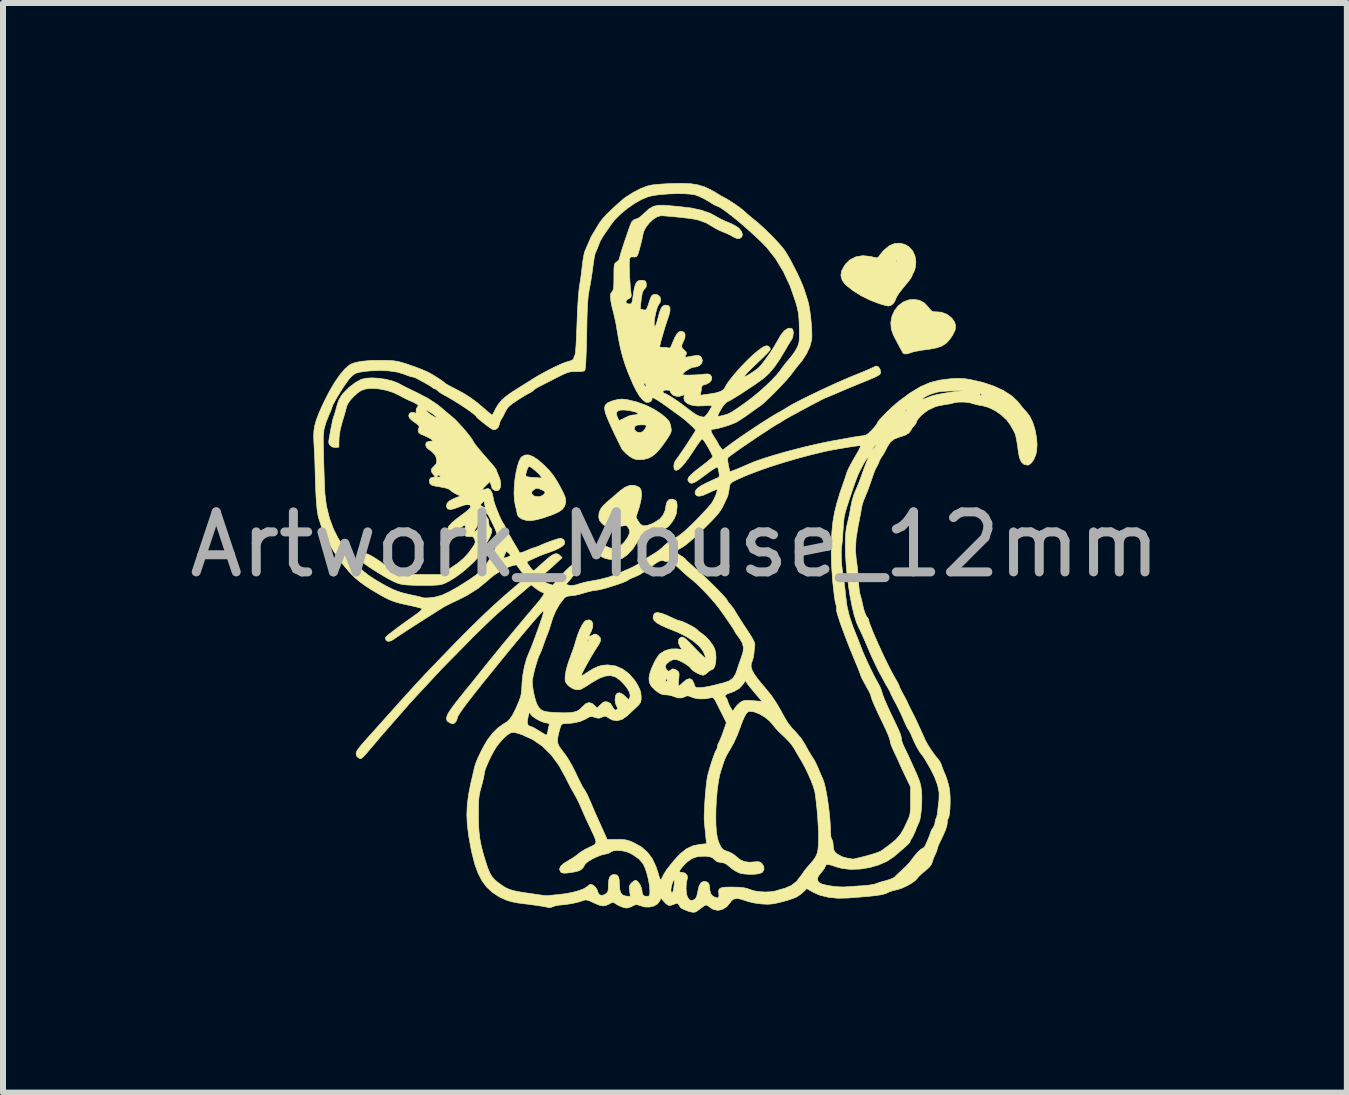
<source format=kicad_pcb>
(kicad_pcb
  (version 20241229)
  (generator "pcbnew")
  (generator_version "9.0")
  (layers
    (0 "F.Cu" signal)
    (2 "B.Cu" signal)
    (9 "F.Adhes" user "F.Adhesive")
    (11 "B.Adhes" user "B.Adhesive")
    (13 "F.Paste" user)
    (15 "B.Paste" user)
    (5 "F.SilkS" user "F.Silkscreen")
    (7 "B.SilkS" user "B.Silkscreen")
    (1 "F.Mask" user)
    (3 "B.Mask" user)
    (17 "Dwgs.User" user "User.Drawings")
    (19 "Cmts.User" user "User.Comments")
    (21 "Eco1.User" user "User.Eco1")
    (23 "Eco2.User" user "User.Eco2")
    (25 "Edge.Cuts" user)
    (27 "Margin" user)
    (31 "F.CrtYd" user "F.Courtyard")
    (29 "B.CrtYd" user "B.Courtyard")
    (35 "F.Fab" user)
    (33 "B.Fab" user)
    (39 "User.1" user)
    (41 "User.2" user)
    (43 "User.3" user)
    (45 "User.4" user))
  (footprint "Artwork_Mouse_12mm"
    (layer "F.Cu")
    (at 8.196 6.025)
    (property "Reference" "Artwork_Mouse_12mm" (at 0 0 0) (layer "F.Fab") (effects (font (size 1 1) (thickness 0.15))))
    (attr through_hole)
    (fp_poly (pts (xy 4.076 -4.071) (xy 4.157 -4.027) (xy 4.228 -3.951) (xy 4.229 -3.95) (xy 4.265 -3.904) (xy 4.296 -3.883) (xy 4.33 -3.879) (xy 4.34 -3.88) (xy 4.44 -3.873) (xy 4.536 -3.836) (xy 4.616 -3.773) (xy 4.617 -3.771) (xy 4.662 -3.707) (xy 4.679 -3.642) (xy 4.668 -3.57) (xy 4.626 -3.488) (xy 4.576 -3.414) (xy 4.519 -3.354) (xy 4.449 -3.309) (xy 4.36 -3.278) (xy 4.245 -3.256) (xy 4.195 -3.25) (xy 4.109 -3.238) (xy 4.029 -3.224) (xy 3.967 -3.21) (xy 3.943 -3.202) (xy 3.872 -3.179) (xy 3.823 -3.178) (xy 3.802 -3.192) (xy 3.786 -3.219) (xy 3.759 -3.268) (xy 3.726 -3.33) (xy 3.69 -3.396) (xy 3.659 -3.456) (xy 3.644 -3.484) (xy 3.606 -3.59) (xy 3.598 -3.699) (xy 3.617 -3.804) (xy 3.66 -3.9) (xy 3.724 -3.982) (xy 3.805 -4.043) (xy 3.901 -4.079) (xy 3.977 -4.086) (xy 4.076 -4.071)) (stroke (width 0.01) (type solid)) (fill yes) (layer "F.SilkS"))
    (fp_poly (pts (xy 3.83 -5.003) (xy 3.904 -4.959) (xy 3.962 -4.894) (xy 4.001 -4.81) (xy 4.016 -4.711) (xy 4.007 -4.622) (xy 3.993 -4.57) (xy 3.978 -4.534) (xy 3.972 -4.526) (xy 3.957 -4.501) (xy 3.955 -4.487) (xy 3.944 -4.46) (xy 3.915 -4.416) (xy 3.873 -4.362) (xy 3.868 -4.357) (xy 3.79 -4.262) (xy 3.733 -4.188) (xy 3.697 -4.131) (xy 3.676 -4.087) (xy 3.673 -4.075) (xy 3.647 -4.026) (xy 3.604 -3.988) (xy 3.557 -3.975) (xy 3.556 -3.975) (xy 3.526 -3.981) (xy 3.472 -3.995) (xy 3.411 -4.013) (xy 3.258 -4.071) (xy 3.107 -4.145) (xy 2.969 -4.231) (xy 2.854 -4.322) (xy 2.835 -4.34) (xy 2.786 -4.409) (xy 2.766 -4.486) (xy 2.777 -4.559) (xy 2.837 -4.667) (xy 2.897 -4.726) (xy 3.683 -4.726) (xy 3.692 -4.717) (xy 3.701 -4.726) (xy 3.692 -4.735) (xy 3.683 -4.726) (xy 2.897 -4.726) (xy 2.918 -4.746) (xy 3.018 -4.796) (xy 3.132 -4.815) (xy 3.259 -4.802) (xy 3.271 -4.799) (xy 3.332 -4.784) (xy 3.367 -4.779) (xy 3.386 -4.785) (xy 3.399 -4.801) (xy 3.399 -4.802) (xy 3.421 -4.832) (xy 3.458 -4.877) (xy 3.489 -4.911) (xy 3.571 -4.979) (xy 3.659 -5.016) (xy 3.747 -5.023) (xy 3.83 -5.003)) (stroke (width 0.01) (type solid)) (fill yes) (layer "F.SilkS"))
    (fp_poly (pts (xy -2.364 -1.467) (xy -2.278 -1.41) (xy -2.178 -1.322) (xy -2.177 -1.321) (xy -2.094 -1.237) (xy -2.024 -1.15) (xy -1.959 -1.049) (xy -1.895 -0.933) (xy -1.855 -0.854) (xy -1.831 -0.797) (xy -1.82 -0.754) (xy -1.819 -0.715) (xy -1.82 -0.701) (xy -1.837 -0.64) (xy -1.873 -0.59) (xy -1.932 -0.547) (xy -2.02 -0.506) (xy -2.07 -0.487) (xy -2.202 -0.442) (xy -2.307 -0.414) (xy -2.392 -0.4) (xy -2.462 -0.401) (xy -2.523 -0.416) (xy -2.558 -0.431) (xy -2.609 -0.468) (xy -2.627 -0.508) (xy -2.634 -0.55) (xy -2.648 -0.612) (xy -2.66 -0.661) (xy -2.675 -0.747) (xy -2.68 -0.85) (xy -2.68 -0.855) (xy -2.386 -0.855) (xy -2.378 -0.837) (xy -2.345 -0.809) (xy -2.293 -0.798) (xy -2.237 -0.804) (xy -2.192 -0.828) (xy -2.165 -0.859) (xy -2.166 -0.883) (xy -2.2 -0.905) (xy -2.225 -0.916) (xy -2.273 -0.935) (xy -2.303 -0.94) (xy -2.328 -0.93) (xy -2.356 -0.91) (xy -2.385 -0.882) (xy -2.386 -0.855) (xy -2.68 -0.855) (xy -2.677 -0.965) (xy -2.666 -1.083) (xy -2.654 -1.156) (xy -2.486 -1.156) (xy -2.478 -1.139) (xy -2.451 -1.128) (xy -2.397 -1.122) (xy -2.372 -1.12) (xy -2.309 -1.116) (xy -2.258 -1.112) (xy -2.235 -1.11) (xy -2.223 -1.115) (xy -2.235 -1.14) (xy -2.24 -1.147) (xy -2.267 -1.178) (xy -2.309 -1.217) (xy -2.355 -1.257) (xy -2.398 -1.289) (xy -2.426 -1.305) (xy -2.43 -1.306) (xy -2.444 -1.291) (xy -2.461 -1.253) (xy -2.476 -1.207) (xy -2.485 -1.166) (xy -2.486 -1.156) (xy -2.654 -1.156) (xy -2.648 -1.198) (xy -2.625 -1.301) (xy -2.598 -1.387) (xy -2.567 -1.446) (xy -2.552 -1.463) (xy -2.498 -1.493) (xy -2.436 -1.494) (xy -2.364 -1.467)) (stroke (width 0.01) (type solid)) (fill yes) (layer "F.SilkS"))
    (fp_poly (pts (xy -0.808 -2.417) (xy -0.789 -2.414) (xy -0.635 -2.377) (xy -0.481 -2.321) (xy -0.34 -2.251) (xy -0.23 -2.178) (xy -0.163 -2.124) (xy -0.119 -2.082) (xy -0.092 -2.045) (xy -0.076 -2.004) (xy -0.065 -1.951) (xy -0.065 -1.949) (xy -0.06 -1.911) (xy -0.064 -1.877) (xy -0.081 -1.839) (xy -0.112 -1.787) (xy -0.143 -1.74) (xy -0.227 -1.623) (xy -0.302 -1.536) (xy -0.373 -1.476) (xy -0.446 -1.438) (xy -0.523 -1.419) (xy -0.587 -1.415) (xy -0.646 -1.419) (xy -0.694 -1.434) (xy -0.745 -1.465) (xy -0.771 -1.484) (xy -0.823 -1.528) (xy -0.865 -1.571) (xy -0.884 -1.597) (xy -0.944 -1.718) (xy -1.003 -1.838) (xy -1.043 -1.924) (xy -0.678 -1.924) (xy -0.654 -1.891) (xy -0.627 -1.874) (xy -0.578 -1.865) (xy -0.53 -1.887) (xy -0.493 -1.933) (xy -0.492 -1.935) (xy -0.477 -1.97) (xy -0.478 -1.988) (xy -0.502 -1.995) (xy -0.555 -1.996) (xy -0.562 -1.996) (xy -0.622 -1.992) (xy -0.657 -1.979) (xy -0.669 -1.963) (xy -0.678 -1.924) (xy -1.043 -1.924) (xy -1.056 -1.951) (xy -1.101 -2.051) (xy -1.135 -2.133) (xy -1.153 -2.179) (xy -0.975 -2.179) (xy -0.963 -2.135) (xy -0.945 -2.092) (xy -0.929 -2.069) (xy -0.926 -2.068) (xy -0.903 -2.077) (xy -0.86 -2.098) (xy -0.832 -2.113) (xy -0.774 -2.141) (xy -0.718 -2.157) (xy -0.699 -2.159) (xy -0.642 -2.164) (xy -0.616 -2.177) (xy -0.621 -2.193) (xy -0.66 -2.211) (xy -0.664 -2.212) (xy -0.762 -2.234) (xy -0.849 -2.244) (xy -0.915 -2.24) (xy -0.95 -2.227) (xy -0.971 -2.206) (xy -0.975 -2.179) (xy -1.153 -2.179) (xy -1.157 -2.189) (xy -1.16 -2.2) (xy -1.172 -2.27) (xy -1.162 -2.321) (xy -1.124 -2.36) (xy -1.056 -2.39) (xy -1.015 -2.403) (xy -0.941 -2.42) (xy -0.879 -2.425) (xy -0.808 -2.417)) (stroke (width 0.01) (type solid)) (fill yes) (layer "F.SilkS"))
    (fp_poly (pts (xy -0.665 -0.987) (xy -0.592 -0.953) (xy -0.59 -0.952) (xy -0.564 -0.91) (xy -0.555 -0.84) (xy -0.564 -0.748) (xy -0.59 -0.637) (xy -0.603 -0.596) (xy -0.648 -0.457) (xy -0.609 -0.387) (xy -0.573 -0.338) (xy -0.528 -0.314) (xy -0.471 -0.316) (xy -0.394 -0.342) (xy -0.344 -0.367) (xy -0.255 -0.423) (xy -0.197 -0.489) (xy -0.162 -0.573) (xy -0.149 -0.648) (xy -0.13 -0.715) (xy -0.094 -0.753) (xy -0.043 -0.758) (xy -0.009 -0.747) (xy 0.017 -0.731) (xy 0.031 -0.707) (xy 0.036 -0.664) (xy 0.036 -0.624) (xy 0.025 -0.521) (xy -0.004 -0.447) (xy -0.045 -0.379) (xy -0.09 -0.322) (xy -0.13 -0.284) (xy -0.158 -0.272) (xy -0.18 -0.262) (xy -0.181 -0.256) (xy -0.197 -0.238) (xy -0.24 -0.213) (xy -0.299 -0.186) (xy -0.368 -0.159) (xy -0.437 -0.137) (xy -0.491 -0.124) (xy -0.553 -0.11) (xy -0.59 -0.093) (xy -0.615 -0.064) (xy -0.624 -0.048) (xy -0.699 0.069) (xy -0.788 0.166) (xy -0.883 0.233) (xy -0.937 0.248) (xy -1.011 0.252) (xy -1.091 0.246) (xy -1.162 0.229) (xy -1.163 0.229) (xy -1.232 0.198) (xy -1.291 0.16) (xy -1.33 0.122) (xy -1.343 0.093) (xy -1.33 0.059) (xy -1.3 0.021) (xy -1.297 0.018) (xy -1.251 -0.025) (xy -1.154 0.024) (xy -1.093 0.051) (xy -1.038 0.068) (xy -1.01 0.073) (xy -0.96 0.058) (xy -0.903 0.018) (xy -0.845 -0.039) (xy -0.797 -0.106) (xy -0.78 -0.136) (xy -0.758 -0.186) (xy -0.752 -0.219) (xy -0.76 -0.25) (xy -0.771 -0.271) (xy -0.795 -0.308) (xy -0.821 -0.319) (xy -0.849 -0.314) (xy -0.892 -0.308) (xy -0.957 -0.303) (xy -1.029 -0.301) (xy -1.099 -0.302) (xy -1.145 -0.308) (xy -1.178 -0.322) (xy -1.209 -0.348) (xy -1.215 -0.353) (xy -1.255 -0.402) (xy -1.269 -0.455) (xy -1.269 -0.471) (xy -1.262 -0.536) (xy -1.237 -0.594) (xy -1.191 -0.652) (xy -1.119 -0.719) (xy -1.116 -0.722) (xy -1.049 -0.779) (xy -0.979 -0.839) (xy -0.925 -0.887) (xy -0.834 -0.954) (xy -0.747 -0.988) (xy -0.665 -0.987)) (stroke (width 0.01) (type solid)) (fill yes) (layer "F.SilkS"))
    (fp_poly (pts (xy 0.268 -6.013) (xy 0.386 -5.994) (xy 0.493 -5.961) (xy 0.597 -5.913) (xy 0.708 -5.848) (xy 0.717 -5.842) (xy 0.766 -5.812) (xy 0.809 -5.79) (xy 0.81 -5.789) (xy 0.864 -5.76) (xy 0.935 -5.716) (xy 1.013 -5.664) (xy 1.086 -5.612) (xy 1.144 -5.566) (xy 1.161 -5.551) (xy 1.21 -5.506) (xy 1.273 -5.453) (xy 1.324 -5.411) (xy 1.403 -5.346) (xy 1.491 -5.265) (xy 1.583 -5.176) (xy 1.672 -5.085) (xy 1.75 -5) (xy 1.811 -4.927) (xy 1.834 -4.895) (xy 1.877 -4.827) (xy 1.928 -4.736) (xy 1.983 -4.632) (xy 2.038 -4.524) (xy 2.086 -4.42) (xy 2.125 -4.331) (xy 2.147 -4.273) (xy 2.17 -4.205) (xy 2.196 -4.123) (xy 2.215 -4.064) (xy 2.232 -3.996) (xy 2.248 -3.903) (xy 2.262 -3.796) (xy 2.273 -3.684) (xy 2.28 -3.578) (xy 2.283 -3.485) (xy 2.28 -3.418) (xy 2.279 -3.411) (xy 2.249 -3.299) (xy 2.195 -3.182) (xy 2.124 -3.071) (xy 2.095 -3.035) (xy 2.044 -2.974) (xy 1.996 -2.913) (xy 1.962 -2.867) (xy 1.922 -2.815) (xy 1.863 -2.746) (xy 1.79 -2.667) (xy 1.71 -2.582) (xy 1.628 -2.499) (xy 1.55 -2.424) (xy 1.482 -2.361) (xy 1.43 -2.317) (xy 1.415 -2.307) (xy 1.38 -2.283) (xy 1.325 -2.244) (xy 1.261 -2.198) (xy 1.243 -2.185) (xy 1.172 -2.134) (xy 1.101 -2.087) (xy 1.043 -2.05) (xy 1.034 -2.045) (xy 0.978 -2.019) (xy 0.901 -1.99) (xy 0.817 -1.963) (xy 0.735 -1.941) (xy 0.667 -1.926) (xy 0.635 -1.923) (xy 0.608 -1.917) (xy 0.602 -1.895) (xy 0.618 -1.853) (xy 0.657 -1.789) (xy 0.662 -1.781) (xy 0.695 -1.729) (xy 0.718 -1.689) (xy 0.726 -1.672) (xy 0.737 -1.651) (xy 0.762 -1.618) (xy 0.798 -1.575) (xy 0.848 -1.615) (xy 0.938 -1.683) (xy 1.052 -1.764) (xy 1.179 -1.852) (xy 1.314 -1.942) (xy 1.447 -2.029) (xy 1.571 -2.108) (xy 1.678 -2.173) (xy 1.726 -2.2) (xy 1.795 -2.239) (xy 1.866 -2.282) (xy 1.888 -2.296) (xy 1.951 -2.333) (xy 2.042 -2.381) (xy 2.154 -2.438) (xy 2.28 -2.5) (xy 2.416 -2.565) (xy 2.555 -2.63) (xy 2.69 -2.692) (xy 2.816 -2.747) (xy 2.927 -2.794) (xy 2.966 -2.81) (xy 3.065 -2.85) (xy 3.154 -2.887) (xy 3.227 -2.918) (xy 3.278 -2.941) (xy 3.297 -2.95) (xy 3.338 -2.97) (xy 3.364 -2.975) (xy 3.395 -2.959) (xy 3.419 -2.92) (xy 3.429 -2.869) (xy 3.426 -2.853) (xy 3.413 -2.836) (xy 3.388 -2.818) (xy 3.344 -2.795) (xy 3.279 -2.766) (xy 3.187 -2.727) (xy 3.084 -2.686) (xy 2.981 -2.643) (xy 2.864 -2.595) (xy 2.754 -2.548) (xy 2.71 -2.529) (xy 2.635 -2.497) (xy 2.573 -2.471) (xy 2.531 -2.454) (xy 2.517 -2.449) (xy 2.497 -2.441) (xy 2.45 -2.417) (xy 2.377 -2.379) (xy 2.282 -2.329) (xy 2.169 -2.269) (xy 2.041 -2.2) (xy 1.932 -2.141) (xy 1.868 -2.105) (xy 1.81 -2.071) (xy 1.775 -2.048) (xy 1.74 -2.025) (xy 1.719 -2.014) (xy 1.718 -2.014) (xy 1.7 -2.004) (xy 1.657 -1.978) (xy 1.594 -1.938) (xy 1.517 -1.887) (xy 1.431 -1.831) (xy 1.341 -1.771) (xy 1.253 -1.711) (xy 1.171 -1.655) (xy 1.1 -1.607) (xy 1.055 -1.575) (xy 0.992 -1.53) (xy 0.939 -1.492) (xy 0.904 -1.466) (xy 0.896 -1.46) (xy 0.882 -1.444) (xy 0.879 -1.414) (xy 0.885 -1.362) (xy 0.89 -1.333) (xy 0.902 -1.275) (xy 0.912 -1.233) (xy 0.917 -1.218) (xy 0.936 -1.221) (xy 0.98 -1.237) (xy 1.042 -1.262) (xy 1.084 -1.279) (xy 1.16 -1.312) (xy 1.23 -1.342) (xy 1.282 -1.364) (xy 1.297 -1.371) (xy 1.39 -1.406) (xy 1.512 -1.447) (xy 1.656 -1.491) (xy 1.816 -1.537) (xy 1.985 -1.582) (xy 2.155 -1.626) (xy 2.322 -1.665) (xy 2.477 -1.699) (xy 2.608 -1.725) (xy 2.709 -1.743) (xy 2.813 -1.762) (xy 2.906 -1.779) (xy 2.957 -1.788) (xy 3.031 -1.8) (xy 3.097 -1.81) (xy 3.141 -1.814) (xy 3.144 -1.814) (xy 3.183 -1.824) (xy 3.229 -1.857) (xy 3.284 -1.91) (xy 3.328 -1.96) (xy 3.36 -2.002) (xy 3.374 -2.027) (xy 3.374 -2.028) (xy 3.387 -2.051) (xy 3.421 -2.092) (xy 3.471 -2.146) (xy 3.532 -2.208) (xy 3.539 -2.215) (xy 3.833 -2.215) (xy 3.835 -2.213) (xy 3.852 -2.226) (xy 3.855 -2.232) (xy 3.86 -2.249) (xy 3.857 -2.25) (xy 3.841 -2.237) (xy 3.837 -2.232) (xy 3.833 -2.215) (xy 3.539 -2.215) (xy 3.598 -2.271) (xy 3.663 -2.33) (xy 3.72 -2.379) (xy 3.778 -2.422) (xy 4.124 -2.422) (xy 4.135 -2.422) (xy 4.173 -2.436) (xy 4.183 -2.44) (xy 4.243 -2.464) (xy 4.3 -2.483) (xy 4.309 -2.486) (xy 4.377 -2.502) (xy 4.394 -2.505) (xy 5.08 -2.505) (xy 5.093 -2.486) (xy 5.098 -2.486) (xy 5.116 -2.492) (xy 5.116 -2.494) (xy 5.104 -2.509) (xy 5.098 -2.513) (xy 5.081 -2.511) (xy 5.08 -2.505) (xy 4.394 -2.505) (xy 4.469 -2.519) (xy 4.574 -2.536) (xy 4.68 -2.551) (xy 4.744 -2.558) (xy 4.799 -2.565) (xy 4.823 -2.568) (xy 4.816 -2.569) (xy 4.776 -2.568) (xy 4.702 -2.565) (xy 4.699 -2.565) (xy 4.612 -2.561) (xy 4.529 -2.557) (xy 4.463 -2.553) (xy 4.445 -2.552) (xy 4.379 -2.542) (xy 4.304 -2.521) (xy 4.23 -2.493) (xy 4.17 -2.464) (xy 4.135 -2.438) (xy 4.124 -2.422) (xy 3.778 -2.422) (xy 3.909 -2.52) (xy 4.085 -2.627) (xy 4.25 -2.7) (xy 4.404 -2.739) (xy 4.414 -2.741) (xy 4.534 -2.757) (xy 4.628 -2.767) (xy 4.703 -2.771) (xy 4.769 -2.77) (xy 4.835 -2.764) (xy 4.909 -2.752) (xy 4.928 -2.749) (xy 5.13 -2.703) (xy 5.313 -2.642) (xy 5.472 -2.569) (xy 5.605 -2.484) (xy 5.708 -2.39) (xy 5.733 -2.359) (xy 5.782 -2.297) (xy 5.833 -2.238) (xy 5.863 -2.206) (xy 5.918 -2.132) (xy 5.965 -2.032) (xy 6.001 -1.915) (xy 6.025 -1.791) (xy 6.035 -1.669) (xy 6.028 -1.558) (xy 6.013 -1.494) (xy 5.979 -1.415) (xy 5.937 -1.358) (xy 5.894 -1.327) (xy 5.877 -1.324) (xy 5.817 -1.337) (xy 5.773 -1.377) (xy 5.742 -1.446) (xy 5.725 -1.533) (xy 5.708 -1.66) (xy 5.692 -1.755) (xy 5.677 -1.823) (xy 5.661 -1.867) (xy 5.657 -1.875) (xy 5.633 -1.919) (xy 5.602 -1.974) (xy 5.594 -1.989) (xy 5.531 -2.075) (xy 5.442 -2.158) (xy 5.34 -2.23) (xy 5.232 -2.284) (xy 5.131 -2.313) (xy 5.122 -2.314) (xy 5.052 -2.326) (xy 4.988 -2.342) (xy 4.959 -2.352) (xy 4.899 -2.367) (xy 4.819 -2.375) (xy 4.736 -2.375) (xy 4.665 -2.367) (xy 4.638 -2.359) (xy 4.592 -2.347) (xy 4.53 -2.337) (xy 4.503 -2.334) (xy 4.351 -2.303) (xy 4.216 -2.24) (xy 4.125 -2.171) (xy 4.077 -2.123) (xy 4.042 -2.081) (xy 4.028 -2.052) (xy 4.028 -2.051) (xy 4.015 -2.016) (xy 3.989 -1.985) (xy 3.955 -1.944) (xy 3.936 -1.91) (xy 3.901 -1.862) (xy 3.837 -1.823) (xy 3.747 -1.794) (xy 3.656 -1.76) (xy 3.59 -1.709) (xy 3.54 -1.631) (xy 3.533 -1.615) (xy 3.501 -1.552) (xy 3.467 -1.494) (xy 3.456 -1.479) (xy 3.424 -1.429) (xy 3.402 -1.382) (xy 3.402 -1.379) (xy 3.381 -1.329) (xy 3.358 -1.288) (xy 3.339 -1.251) (xy 3.314 -1.189) (xy 3.288 -1.114) (xy 3.276 -1.079) (xy 3.246 -0.991) (xy 3.213 -0.901) (xy 3.181 -0.824) (xy 3.174 -0.807) (xy 3.144 -0.735) (xy 3.121 -0.662) (xy 3.111 -0.617) (xy 3.103 -0.566) (xy 3.089 -0.491) (xy 3.072 -0.401) (xy 3.055 -0.318) (xy 3.019 -0.1) (xy 3.009 0.091) (xy 3.023 0.256) (xy 3.026 0.272) (xy 3.035 0.333) (xy 3.044 0.417) (xy 3.053 0.512) (xy 3.057 0.578) (xy 3.063 0.664) (xy 3.07 0.74) (xy 3.078 0.797) (xy 3.084 0.822) (xy 3.094 0.858) (xy 3.11 0.918) (xy 3.127 0.991) (xy 3.132 1.015) (xy 3.151 1.091) (xy 3.172 1.154) (xy 3.192 1.195) (xy 3.197 1.201) (xy 3.222 1.234) (xy 3.229 1.256) (xy 3.237 1.29) (xy 3.259 1.35) (xy 3.291 1.432) (xy 3.333 1.531) (xy 3.381 1.64) (xy 3.433 1.754) (xy 3.486 1.868) (xy 3.539 1.977) (xy 3.588 2.075) (xy 3.631 2.156) (xy 3.65 2.19) (xy 3.688 2.256) (xy 3.718 2.311) (xy 3.735 2.347) (xy 3.737 2.356) (xy 3.746 2.381) (xy 3.768 2.426) (xy 3.792 2.471) (xy 3.828 2.536) (xy 3.861 2.599) (xy 3.876 2.631) (xy 3.906 2.695) (xy 3.927 2.738) (xy 3.946 2.774) (xy 3.951 2.785) (xy 3.971 2.824) (xy 4.002 2.886) (xy 4.039 2.964) (xy 4.077 3.047) (xy 4.114 3.127) (xy 4.144 3.194) (xy 4.162 3.236) (xy 4.193 3.297) (xy 4.239 3.374) (xy 4.292 3.454) (xy 4.346 3.527) (xy 4.385 3.573) (xy 4.418 3.619) (xy 4.439 3.664) (xy 4.439 3.665) (xy 4.452 3.705) (xy 4.475 3.764) (xy 4.5 3.822) (xy 4.531 3.902) (xy 4.558 3.995) (xy 4.573 4.06) (xy 4.582 4.136) (xy 4.587 4.224) (xy 4.587 4.318) (xy 4.583 4.407) (xy 4.576 4.484) (xy 4.565 4.539) (xy 4.555 4.562) (xy 4.54 4.6) (xy 4.539 4.632) (xy 4.533 4.68) (xy 4.509 4.756) (xy 4.466 4.855) (xy 4.416 4.958) (xy 4.391 5.011) (xy 4.375 5.055) (xy 4.372 5.071) (xy 4.364 5.103) (xy 4.344 5.151) (xy 4.336 5.166) (xy 4.31 5.225) (xy 4.291 5.283) (xy 4.289 5.291) (xy 4.272 5.334) (xy 4.234 5.38) (xy 4.17 5.436) (xy 4.115 5.482) (xy 4.071 5.524) (xy 4.046 5.552) (xy 4.045 5.554) (xy 4.01 5.594) (xy 3.95 5.638) (xy 3.875 5.682) (xy 3.794 5.72) (xy 3.718 5.747) (xy 3.699 5.751) (xy 3.636 5.766) (xy 3.586 5.781) (xy 3.562 5.791) (xy 3.516 5.815) (xy 3.442 5.834) (xy 3.336 5.85) (xy 3.22 5.862) (xy 3.121 5.87) (xy 3.017 5.879) (xy 2.925 5.886) (xy 2.885 5.889) (xy 2.715 5.893) (xy 2.555 5.876) (xy 2.413 5.841) (xy 2.312 5.797) (xy 2.197 5.732) (xy 2.142 5.787) (xy 2.09 5.83) (xy 2.036 5.867) (xy 2.027 5.872) (xy 1.972 5.895) (xy 1.892 5.922) (xy 1.799 5.949) (xy 1.705 5.972) (xy 1.635 5.986) (xy 1.548 5.993) (xy 1.442 5.988) (xy 1.33 5.973) (xy 1.227 5.95) (xy 1.179 5.934) (xy 1.089 5.905) (xy 1.023 5.896) (xy 0.974 5.909) (xy 0.936 5.944) (xy 0.924 5.962) (xy 0.864 6.034) (xy 0.792 6.079) (xy 0.716 6.095) (xy 0.641 6.079) (xy 0.595 6.051) (xy 0.555 6.021) (xy 0.525 6.006) (xy 0.52 6.005) (xy 0.495 6.016) (xy 0.453 6.043) (xy 0.419 6.069) (xy 0.37 6.106) (xy 0.336 6.124) (xy 0.303 6.127) (xy 0.263 6.12) (xy 0.22 6.108) (xy 0.17 6.088) (xy 0.124 6.067) (xy 0.095 6.049) (xy 0.09 6.043) (xy 0.08 6.022) (xy 0.065 6.001) (xy 0.047 5.981) (xy 0.024 5.979) (xy -0.015 5.993) (xy -0.026 5.997) (xy -0.073 6.013) (xy -0.109 6.01) (xy -0.146 5.986) (xy -0.193 5.936) (xy -0.194 5.935) (xy -0.234 5.889) (xy -0.252 5.937) (xy -0.289 5.987) (xy -0.35 6.022) (xy -0.426 6.04) (xy -0.506 6.038) (xy -0.581 6.014) (xy -0.581 6.014) (xy -0.638 5.997) (xy -0.666 6.003) (xy -0.732 6.035) (xy -0.776 6.052) (xy -0.811 6.056) (xy -0.847 6.049) (xy -0.873 6.041) (xy -0.931 6.017) (xy -0.981 5.989) (xy -0.99 5.983) (xy -1.019 5.963) (xy -1.043 5.961) (xy -1.077 5.978) (xy -1.092 5.987) (xy -1.144 6.012) (xy -1.193 6.021) (xy -1.25 6.011) (xy -1.324 5.982) (xy -1.357 5.966) (xy -1.421 5.937) (xy -1.464 5.923) (xy -1.496 5.921) (xy -1.528 5.93) (xy -1.532 5.932) (xy -1.601 5.955) (xy -1.692 5.976) (xy -1.787 5.993) (xy -1.871 6.003) (xy -1.901 6.005) (xy -1.965 6.012) (xy -2.024 6.029) (xy -2.033 6.033) (xy -2.075 6.049) (xy -2.104 6.051) (xy -2.106 6.05) (xy -2.137 6.04) (xy -2.201 6.028) (xy -2.297 6.013) (xy -2.422 5.996) (xy -2.504 5.986) (xy -2.627 5.97) (xy -2.724 5.95) (xy -2.806 5.925) (xy -2.883 5.892) (xy -2.934 5.865) (xy -3.044 5.793) (xy -3.137 5.706) (xy -3.216 5.599) (xy -3.282 5.47) (xy -3.338 5.313) (xy -3.385 5.126) (xy -3.399 5.059) (xy -3.436 4.852) (xy -3.459 4.668) (xy -3.467 4.499) (xy -3.466 4.49) (xy -3.274 4.49) (xy -3.272 4.649) (xy -3.264 4.782) (xy -3.25 4.902) (xy -3.227 5.021) (xy -3.194 5.148) (xy -3.182 5.189) (xy -3.144 5.312) (xy -3.112 5.407) (xy -3.08 5.479) (xy -3.044 5.537) (xy -3.001 5.585) (xy -2.947 5.631) (xy -2.876 5.682) (xy -2.875 5.683) (xy -2.82 5.717) (xy -2.76 5.744) (xy -2.689 5.766) (xy -2.598 5.785) (xy -2.48 5.804) (xy -2.449 5.808) (xy -2.366 5.82) (xy -2.285 5.832) (xy -2.222 5.841) (xy -2.213 5.842) (xy -2.158 5.849) (xy -2.114 5.85) (xy -2.105 5.849) (xy -2.073 5.844) (xy -2.018 5.839) (xy -1.959 5.833) (xy -1.828 5.818) (xy -1.707 5.795) (xy -1.602 5.767) (xy -1.519 5.735) (xy -1.464 5.701) (xy -1.459 5.695) (xy -1.423 5.668) (xy -1.397 5.661) (xy -1.359 5.676) (xy -1.32 5.713) (xy -1.292 5.761) (xy -1.285 5.786) (xy -1.265 5.829) (xy -1.226 5.847) (xy -1.177 5.836) (xy -1.153 5.822) (xy -1.127 5.797) (xy -1.113 5.767) (xy -1.108 5.721) (xy -1.107 5.67) (xy -1.101 5.585) (xy -1.081 5.53) (xy -1.046 5.503) (xy -1.009 5.497) (xy -0.967 5.506) (xy -0.94 5.535) (xy -0.928 5.59) (xy -0.925 5.651) (xy -0.92 5.742) (xy -0.902 5.804) (xy -0.87 5.84) (xy -0.82 5.856) (xy -0.811 5.857) (xy -0.742 5.862) (xy -0.754 5.772) (xy -0.76 5.715) (xy -0.753 5.679) (xy -0.732 5.648) (xy -0.718 5.633) (xy -0.682 5.604) (xy -0.653 5.592) (xy -0.649 5.592) (xy -0.615 5.619) (xy -0.581 5.667) (xy -0.557 5.724) (xy -0.551 5.754) (xy -0.542 5.814) (xy -0.527 5.846) (xy -0.5 5.858) (xy -0.472 5.86) (xy -0.441 5.859) (xy -0.425 5.848) (xy -0.418 5.819) (xy -0.417 5.763) (xy -0.417 5.76) (xy -0.418 5.746) (xy -0.066 5.746) (xy -0.064 5.783) (xy -0.064 5.783) (xy -0.05 5.802) (xy -0.035 5.788) (xy -0.022 5.743) (xy -0.012 5.671) (xy -0.012 5.67) (xy -0.008 5.61) (xy -0.012 5.584) (xy -0.019 5.588) (xy -0.04 5.633) (xy -0.057 5.691) (xy -0.066 5.746) (xy -0.418 5.746) (xy -0.424 5.678) (xy -0.441 5.58) (xy -0.467 5.48) (xy -0.496 5.39) (xy -0.527 5.323) (xy -0.529 5.32) (xy -0.596 5.241) (xy -0.698 5.169) (xy -0.757 5.137) (xy -0.818 5.114) (xy -0.891 5.101) (xy -0.963 5.097) (xy -1.025 5.103) (xy -1.065 5.119) (xy -1.068 5.123) (xy -1.099 5.141) (xy -1.148 5.155) (xy -1.164 5.158) (xy -1.225 5.173) (xy -1.298 5.201) (xy -1.372 5.236) (xy -1.436 5.274) (xy -1.483 5.31) (xy -1.498 5.329) (xy -1.526 5.377) (xy -1.557 5.412) (xy -1.601 5.436) (xy -1.664 5.453) (xy -1.753 5.467) (xy -1.797 5.473) (xy -1.857 5.475) (xy -1.892 5.464) (xy -1.904 5.454) (xy -1.922 5.411) (xy -1.908 5.366) (xy -1.859 5.318) (xy -1.783 5.27) (xy -1.714 5.229) (xy -1.651 5.187) (xy -1.607 5.152) (xy -1.606 5.151) (xy -1.561 5.118) (xy -1.497 5.079) (xy -1.427 5.044) (xy -1.376 5.02) (xy -1.34 5.001) (xy -1.32 4.979) (xy -1.316 4.949) (xy -1.327 4.905) (xy -1.353 4.842) (xy -1.394 4.754) (xy -1.417 4.705) (xy -1.462 4.61) (xy -1.508 4.51) (xy -1.548 4.418) (xy -1.57 4.367) (xy -1.606 4.287) (xy -1.646 4.209) (xy -1.681 4.146) (xy -1.684 4.14) (xy -1.716 4.086) (xy -1.756 4.011) (xy -1.799 3.927) (xy -1.82 3.883) (xy -1.934 3.676) (xy -2.063 3.502) (xy -2.208 3.359) (xy -2.37 3.248) (xy -2.549 3.167) (xy -2.58 3.157) (xy -2.645 3.137) (xy -2.688 3.129) (xy -2.719 3.131) (xy -2.75 3.144) (xy -2.752 3.145) (xy -2.806 3.183) (xy -2.869 3.243) (xy -2.933 3.316) (xy -2.977 3.375) (xy -3.013 3.434) (xy -3.054 3.508) (xy -3.094 3.59) (xy -3.129 3.67) (xy -3.157 3.739) (xy -3.173 3.791) (xy -3.175 3.806) (xy -3.18 3.845) (xy -3.193 3.907) (xy -3.212 3.984) (xy -3.224 4.028) (xy -3.244 4.098) (xy -3.257 4.159) (xy -3.266 4.221) (xy -3.271 4.291) (xy -3.273 4.38) (xy -3.274 4.49) (xy -3.466 4.49) (xy -3.46 4.335) (xy -3.438 4.165) (xy -3.402 3.982) (xy -3.391 3.937) (xy -3.372 3.855) (xy -3.354 3.776) (xy -3.34 3.715) (xy -3.337 3.704) (xy -3.316 3.637) (xy -3.28 3.549) (xy -3.233 3.451) (xy -3.181 3.352) (xy -3.128 3.262) (xy -3.114 3.242) (xy -3.039 3.144) (xy -2.953 3.058) (xy -2.866 2.995) (xy -2.847 2.984) (xy -2.811 2.961) (xy -2.46 2.961) (xy -2.447 3.009) (xy -2.412 3.029) (xy -2.402 3.03) (xy -2.376 3.039) (xy -2.329 3.064) (xy -2.272 3.099) (xy -2.266 3.102) (xy -2.209 3.138) (xy -2.165 3.163) (xy -2.141 3.175) (xy -2.14 3.175) (xy -2.13 3.159) (xy -2.119 3.119) (xy -2.116 3.104) (xy -2.106 3.05) (xy -2.095 3.009) (xy -2.094 3.004) (xy -2.094 2.982) (xy -2.125 2.975) (xy -2.125 2.975) (xy -2.18 2.964) (xy -2.249 2.937) (xy -2.317 2.9) (xy -2.372 2.86) (xy -2.39 2.842) (xy -2.427 2.794) (xy -2.449 2.885) (xy -2.46 2.961) (xy -2.811 2.961) (xy -2.795 2.95) (xy -2.749 2.905) (xy -2.706 2.841) (xy -2.66 2.753) (xy -2.63 2.685) (xy -2.595 2.602) (xy -2.572 2.537) (xy -2.559 2.477) (xy -2.552 2.407) (xy -2.548 2.323) (xy -2.545 2.287) (xy -2.377 2.287) (xy -2.371 2.361) (xy -2.357 2.45) (xy -2.337 2.541) (xy -2.314 2.62) (xy -2.296 2.665) (xy -2.265 2.716) (xy -2.231 2.751) (xy -2.186 2.774) (xy -2.123 2.788) (xy -2.033 2.796) (xy -1.986 2.799) (xy -1.859 2.803) (xy -1.761 2.801) (xy -1.688 2.792) (xy -1.632 2.775) (xy -1.588 2.749) (xy -1.549 2.712) (xy -1.543 2.705) (xy -1.486 2.651) (xy -1.433 2.632) (xy -1.381 2.646) (xy -1.342 2.677) (xy -1.294 2.723) (xy -1.238 2.666) (xy -1.198 2.63) (xy -1.164 2.617) (xy -1.126 2.621) (xy -1.078 2.644) (xy -1.046 2.691) (xy -1.044 2.696) (xy -1.02 2.736) (xy -0.995 2.757) (xy -0.991 2.758) (xy -0.959 2.747) (xy -0.956 2.718) (xy -0.971 2.692) (xy -0.988 2.652) (xy -0.997 2.596) (xy -0.997 2.584) (xy -0.988 2.515) (xy -0.961 2.476) (xy -0.92 2.469) (xy -0.867 2.495) (xy -0.826 2.531) (xy -0.789 2.568) (xy -0.767 2.579) (xy -0.756 2.568) (xy -0.755 2.566) (xy -0.745 2.516) (xy -0.755 2.465) (xy -0.789 2.403) (xy -0.826 2.353) (xy -0.907 2.265) (xy -0.986 2.208) (xy -1.068 2.183) (xy -1.158 2.19) (xy -1.259 2.227) (xy -1.377 2.295) (xy -1.38 2.297) (xy -1.449 2.342) (xy -1.511 2.38) (xy -1.557 2.406) (xy -1.572 2.413) (xy -1.632 2.42) (xy -1.7 2.401) (xy -1.763 2.361) (xy -1.788 2.336) (xy -1.815 2.301) (xy -1.828 2.268) (xy -1.83 2.224) (xy -1.825 2.167) (xy -1.813 2.097) (xy -1.79 2.011) (xy -1.761 1.922) (xy -1.75 1.894) (xy -1.718 1.809) (xy -1.688 1.724) (xy -1.665 1.652) (xy -1.66 1.633) (xy -1.654 1.614) (xy -1.465 1.614) (xy -1.463 1.615) (xy -1.446 1.602) (xy -1.442 1.597) (xy -1.438 1.58) (xy -1.44 1.578) (xy -1.457 1.591) (xy -1.46 1.597) (xy -1.465 1.614) (xy -1.654 1.614) (xy -1.626 1.521) (xy -1.588 1.422) (xy -1.548 1.342) (xy -1.51 1.286) (xy -1.479 1.262) (xy -1.424 1.254) (xy -1.386 1.275) (xy -1.367 1.318) (xy -1.37 1.379) (xy -1.396 1.449) (xy -1.422 1.502) (xy -1.43 1.528) (xy -1.419 1.53) (xy -1.387 1.514) (xy -1.381 1.511) (xy -1.342 1.492) (xy -1.314 1.493) (xy -1.281 1.512) (xy -1.243 1.553) (xy -1.238 1.603) (xy -1.268 1.665) (xy -1.276 1.677) (xy -1.304 1.718) (xy -1.343 1.781) (xy -1.389 1.857) (xy -1.436 1.939) (xy -1.48 2.018) (xy -1.517 2.087) (xy -1.543 2.138) (xy -1.551 2.158) (xy -1.555 2.177) (xy -1.546 2.181) (xy -1.519 2.168) (xy -1.469 2.135) (xy -1.458 2.128) (xy -1.365 2.07) (xy -1.286 2.033) (xy -1.212 2.012) (xy -1.131 2.005) (xy -1.114 2.005) (xy -0.989 2.022) (xy -0.871 2.073) (xy -0.762 2.155) (xy -0.667 2.265) (xy -0.625 2.333) (xy -0.587 2.407) (xy -0.568 2.47) (xy -0.562 2.536) (xy -0.562 2.54) (xy -0.564 2.591) (xy -0.572 2.628) (xy -0.594 2.661) (xy -0.634 2.702) (xy -0.658 2.724) (xy -0.713 2.776) (xy -0.765 2.825) (xy -0.8 2.857) (xy -0.881 2.913) (xy -0.965 2.935) (xy -1.048 2.921) (xy -1.113 2.883) (xy -1.149 2.86) (xy -1.178 2.859) (xy -1.213 2.874) (xy -1.255 2.891) (xy -1.295 2.89) (xy -1.336 2.878) (xy -1.379 2.866) (xy -1.412 2.866) (xy -1.45 2.884) (xy -1.484 2.905) (xy -1.58 2.948) (xy -1.706 2.974) (xy -1.832 2.983) (xy -1.865 2.986) (xy -1.887 2.996) (xy -1.902 3.022) (xy -1.918 3.073) (xy -1.926 3.102) (xy -1.948 3.193) (xy -1.956 3.259) (xy -1.95 3.312) (xy -1.928 3.362) (xy -1.888 3.418) (xy -1.88 3.428) (xy -1.835 3.488) (xy -1.795 3.545) (xy -1.771 3.583) (xy -1.745 3.629) (xy -1.723 3.664) (xy -1.723 3.665) (xy -1.708 3.693) (xy -1.682 3.745) (xy -1.649 3.811) (xy -1.633 3.846) (xy -1.598 3.918) (xy -1.567 3.981) (xy -1.544 4.025) (xy -1.538 4.037) (xy -1.51 4.08) (xy -1.486 4.118) (xy -1.463 4.161) (xy -1.435 4.221) (xy -1.416 4.264) (xy -1.323 4.482) (xy -1.27 4.599) (xy -1.245 4.654) (xy -1.213 4.726) (xy -1.182 4.793) (xy -1.128 4.915) (xy -0.968 4.913) (xy -0.883 4.914) (xy -0.821 4.92) (xy -0.766 4.934) (xy -0.704 4.959) (xy -0.687 4.967) (xy -0.559 5.038) (xy -0.458 5.125) (xy -0.377 5.233) (xy -0.314 5.368) (xy -0.279 5.476) (xy -0.262 5.534) (xy -0.246 5.574) (xy -0.237 5.588) (xy -0.223 5.573) (xy -0.206 5.536) (xy -0.203 5.529) (xy -0.178 5.481) (xy -0.147 5.435) (xy 0.078 5.435) (xy 0.079 5.454) (xy 0.103 5.461) (xy 0.117 5.461) (xy 0.168 5.474) (xy 0.202 5.507) (xy 0.211 5.55) (xy 0.208 5.559) (xy 0.191 5.64) (xy 0.186 5.73) (xy 0.192 5.813) (xy 0.206 5.865) (xy 0.238 5.917) (xy 0.278 5.933) (xy 0.327 5.914) (xy 0.335 5.908) (xy 0.361 5.869) (xy 0.38 5.797) (xy 0.382 5.778) (xy 0.403 5.689) (xy 0.436 5.632) (xy 0.48 5.611) (xy 0.521 5.616) (xy 0.558 5.637) (xy 0.574 5.674) (xy 0.576 5.697) (xy 0.585 5.772) (xy 0.6 5.821) (xy 0.626 5.852) (xy 0.654 5.87) (xy 0.703 5.888) (xy 0.729 5.88) (xy 0.735 5.842) (xy 0.732 5.818) (xy 0.728 5.772) (xy 0.738 5.741) (xy 0.767 5.721) (xy 0.818 5.71) (xy 0.898 5.707) (xy 0.973 5.707) (xy 1.071 5.71) (xy 1.143 5.717) (xy 1.198 5.728) (xy 1.246 5.746) (xy 1.252 5.748) (xy 1.322 5.77) (xy 1.414 5.784) (xy 1.514 5.789) (xy 1.609 5.784) (xy 1.677 5.771) (xy 1.726 5.756) (xy 1.792 5.737) (xy 1.837 5.725) (xy 1.942 5.68) (xy 2.032 5.608) (xy 2.055 5.577) (xy 2.374 5.577) (xy 2.391 5.62) (xy 2.422 5.645) (xy 2.47 5.662) (xy 2.542 5.679) (xy 2.63 5.693) (xy 2.721 5.702) (xy 2.805 5.705) (xy 2.858 5.703) (xy 2.908 5.699) (xy 2.982 5.694) (xy 3.067 5.688) (xy 3.112 5.686) (xy 3.195 5.679) (xy 3.271 5.669) (xy 3.328 5.658) (xy 3.347 5.651) (xy 3.394 5.634) (xy 3.46 5.614) (xy 3.52 5.598) (xy 3.585 5.578) (xy 3.638 5.555) (xy 3.665 5.536) (xy 3.692 5.508) (xy 3.737 5.466) (xy 3.791 5.418) (xy 3.792 5.416) (xy 3.851 5.36) (xy 3.907 5.3) (xy 3.943 5.254) (xy 3.99 5.191) (xy 4.04 5.133) (xy 4.085 5.089) (xy 4.119 5.064) (xy 4.128 5.062) (xy 4.151 5.047) (xy 4.169 5.021) (xy 4.195 4.964) (xy 4.222 4.901) (xy 4.245 4.843) (xy 4.26 4.801) (xy 4.264 4.786) (xy 4.274 4.76) (xy 4.299 4.723) (xy 4.3 4.722) (xy 4.326 4.673) (xy 4.336 4.625) (xy 4.341 4.585) (xy 4.352 4.564) (xy 4.362 4.543) (xy 4.372 4.495) (xy 4.379 4.441) (xy 4.387 4.365) (xy 4.396 4.289) (xy 4.401 4.249) (xy 4.403 4.135) (xy 4.378 4.008) (xy 4.325 3.867) (xy 4.264 3.745) (xy 4.219 3.666) (xy 4.178 3.596) (xy 4.144 3.542) (xy 4.123 3.514) (xy 4.077 3.452) (xy 4.027 3.366) (xy 3.979 3.268) (xy 3.955 3.211) (xy 3.93 3.152) (xy 3.905 3.104) (xy 3.892 3.084) (xy 3.874 3.056) (xy 3.848 3.003) (xy 3.818 2.936) (xy 3.808 2.912) (xy 3.768 2.822) (xy 3.719 2.721) (xy 3.673 2.631) (xy 3.67 2.626) (xy 3.635 2.562) (xy 3.609 2.509) (xy 3.594 2.477) (xy 3.592 2.472) (xy 3.584 2.451) (xy 3.56 2.407) (xy 3.526 2.348) (xy 3.506 2.313) (xy 3.387 2.095) (xy 3.268 1.843) (xy 3.194 1.669) (xy 3.156 1.581) (xy 3.118 1.495) (xy 3.084 1.423) (xy 3.066 1.388) (xy 3.025 1.295) (xy 2.987 1.173) (xy 2.952 1.027) (xy 2.92 0.864) (xy 2.893 0.689) (xy 2.87 0.508) (xy 2.853 0.327) (xy 2.843 0.153) (xy 2.839 -0.009) (xy 2.843 -0.153) (xy 2.856 -0.272) (xy 2.872 -0.345) (xy 2.888 -0.41) (xy 2.907 -0.495) (xy 2.924 -0.586) (xy 2.928 -0.614) (xy 2.952 -0.731) (xy 2.985 -0.839) (xy 3.008 -0.895) (xy 3.038 -0.964) (xy 3.074 -1.053) (xy 3.108 -1.145) (xy 3.12 -1.179) (xy 3.148 -1.259) (xy 3.175 -1.33) (xy 3.196 -1.384) (xy 3.205 -1.402) (xy 3.222 -1.44) (xy 3.222 -1.453) (xy 3.208 -1.443) (xy 3.185 -1.413) (xy 3.156 -1.367) (xy 3.15 -1.356) (xy 3.111 -1.283) (xy 3.079 -1.221) (xy 3.051 -1.161) (xy 3.025 -1.095) (xy 2.996 -1.016) (xy 2.961 -0.916) (xy 2.934 -0.835) (xy 2.894 -0.716) (xy 2.865 -0.624) (xy 2.843 -0.552) (xy 2.828 -0.491) (xy 2.818 -0.435) (xy 2.812 -0.376) (xy 2.807 -0.305) (xy 2.802 -0.236) (xy 2.796 -0.145) (xy 2.789 -0.056) (xy 2.781 0.016) (xy 2.777 0.045) (xy 2.772 0.117) (xy 2.773 0.213) (xy 2.779 0.324) (xy 2.791 0.44) (xy 2.807 0.549) (xy 2.81 0.562) (xy 2.82 0.625) (xy 2.831 0.709) (xy 2.841 0.803) (xy 2.846 0.854) (xy 2.867 1.02) (xy 2.905 1.181) (xy 2.96 1.35) (xy 3.004 1.46) (xy 3.039 1.545) (xy 3.073 1.633) (xy 3.101 1.707) (xy 3.104 1.714) (xy 3.131 1.784) (xy 3.17 1.873) (xy 3.216 1.974) (xy 3.265 2.077) (xy 3.312 2.172) (xy 3.354 2.252) (xy 3.383 2.304) (xy 3.416 2.366) (xy 3.443 2.434) (xy 3.446 2.445) (xy 3.466 2.509) (xy 3.497 2.589) (xy 3.542 2.691) (xy 3.6 2.818) (xy 3.646 2.912) (xy 3.694 3.014) (xy 3.729 3.089) (xy 3.752 3.144) (xy 3.766 3.183) (xy 3.772 3.213) (xy 3.774 3.237) (xy 3.782 3.275) (xy 3.802 3.331) (xy 3.827 3.386) (xy 3.886 3.508) (xy 3.954 3.656) (xy 4.033 3.833) (xy 4.045 3.862) (xy 4.077 3.943) (xy 4.097 4.017) (xy 4.109 4.101) (xy 4.114 4.165) (xy 4.115 4.252) (xy 4.112 4.347) (xy 4.104 4.441) (xy 4.093 4.527) (xy 4.08 4.594) (xy 4.065 4.634) (xy 4.064 4.636) (xy 4.052 4.661) (xy 4.031 4.709) (xy 4.01 4.763) (xy 3.984 4.824) (xy 3.959 4.875) (xy 3.943 4.9) (xy 3.923 4.933) (xy 3.919 4.949) (xy 3.913 4.962) (xy 3.894 4.985) (xy 3.858 5.019) (xy 3.802 5.069) (xy 3.723 5.137) (xy 3.645 5.203) (xy 3.532 5.278) (xy 3.394 5.338) (xy 3.241 5.382) (xy 3.082 5.407) (xy 2.925 5.412) (xy 2.78 5.395) (xy 2.694 5.371) (xy 2.613 5.343) (xy 2.559 5.331) (xy 2.527 5.332) (xy 2.511 5.348) (xy 2.507 5.361) (xy 2.491 5.396) (xy 2.458 5.441) (xy 2.44 5.461) (xy 2.39 5.525) (xy 2.374 5.577) (xy 2.055 5.577) (xy 2.111 5.504) (xy 2.113 5.501) (xy 2.15 5.447) (xy 2.201 5.382) (xy 2.257 5.318) (xy 2.259 5.316) (xy 2.31 5.256) (xy 2.347 5.2) (xy 2.372 5.141) (xy 2.386 5.069) (xy 2.393 4.978) (xy 2.395 4.859) (xy 2.393 4.77) (xy 2.387 4.661) (xy 2.379 4.541) (xy 2.369 4.419) (xy 2.357 4.304) (xy 2.345 4.204) (xy 2.334 4.127) (xy 2.328 4.101) (xy 2.305 4.026) (xy 2.268 3.93) (xy 2.222 3.825) (xy 2.172 3.72) (xy 2.122 3.627) (xy 2.094 3.58) (xy 2.052 3.51) (xy 2.009 3.436) (xy 1.988 3.398) (xy 1.95 3.341) (xy 1.893 3.273) (xy 1.824 3.204) (xy 1.814 3.195) (xy 1.751 3.135) (xy 1.692 3.075) (xy 1.648 3.023) (xy 1.637 3.008) (xy 1.578 2.94) (xy 1.499 2.875) (xy 1.411 2.823) (xy 1.327 2.79) (xy 1.303 2.785) (xy 1.251 2.779) (xy 1.219 2.786) (xy 1.195 2.809) (xy 1.184 2.824) (xy 1.161 2.866) (xy 1.132 2.93) (xy 1.103 3.004) (xy 1.098 3.021) (xy 1.04 3.175) (xy 0.981 3.304) (xy 0.915 3.421) (xy 0.902 3.441) (xy 0.864 3.508) (xy 0.831 3.577) (xy 0.818 3.614) (xy 0.796 3.681) (xy 0.774 3.747) (xy 0.77 3.758) (xy 0.744 3.849) (xy 0.723 3.965) (xy 0.705 4.1) (xy 0.692 4.246) (xy 0.684 4.396) (xy 0.682 4.542) (xy 0.684 4.678) (xy 0.693 4.796) (xy 0.708 4.888) (xy 0.716 4.917) (xy 0.746 4.998) (xy 0.775 5.051) (xy 0.809 5.084) (xy 0.855 5.105) (xy 0.875 5.111) (xy 0.939 5.138) (xy 0.997 5.176) (xy 1.007 5.185) (xy 1.084 5.249) (xy 1.158 5.283) (xy 1.244 5.293) (xy 1.299 5.289) (xy 1.364 5.284) (xy 1.404 5.286) (xy 1.432 5.299) (xy 1.45 5.315) (xy 1.482 5.365) (xy 1.484 5.417) (xy 1.457 5.46) (xy 1.447 5.467) (xy 1.399 5.484) (xy 1.327 5.493) (xy 1.244 5.494) (xy 1.16 5.489) (xy 1.088 5.476) (xy 1.07 5.47) (xy 1.012 5.441) (xy 0.947 5.398) (xy 0.914 5.37) (xy 0.859 5.325) (xy 0.812 5.303) (xy 0.771 5.298) (xy 0.708 5.286) (xy 0.66 5.249) (xy 0.628 5.22) (xy 0.59 5.204) (xy 0.534 5.195) (xy 0.498 5.192) (xy 0.385 5.197) (xy 0.287 5.229) (xy 0.198 5.293) (xy 0.148 5.345) (xy 0.101 5.4) (xy 0.078 5.435) (xy -0.147 5.435) (xy -0.134 5.415) (xy -0.077 5.34) (xy -0.014 5.263) (xy 0.049 5.193) (xy 0.094 5.147) (xy 0.197 5.067) (xy 0.303 5.018) (xy 0.417 4.995) (xy 0.527 4.984) (xy 0.515 4.864) (xy 0.507 4.779) (xy 0.497 4.687) (xy 0.491 4.635) (xy 0.488 4.572) (xy 0.489 4.483) (xy 0.494 4.375) (xy 0.501 4.256) (xy 0.51 4.137) (xy 0.521 4.025) (xy 0.532 3.929) (xy 0.543 3.865) (xy 0.558 3.803) (xy 0.579 3.727) (xy 0.605 3.644) (xy 0.632 3.564) (xy 0.657 3.494) (xy 0.678 3.443) (xy 0.691 3.421) (xy 0.705 3.389) (xy 0.708 3.37) (xy 0.717 3.329) (xy 0.733 3.297) (xy 0.75 3.261) (xy 0.775 3.202) (xy 0.801 3.131) (xy 0.808 3.111) (xy 0.858 2.966) (xy 0.817 2.885) (xy 0.788 2.827) (xy 0.751 2.753) (xy 0.713 2.676) (xy 0.71 2.67) (xy 0.676 2.604) (xy 0.652 2.566) (xy 0.632 2.549) (xy 0.612 2.549) (xy 0.608 2.55) (xy 0.511 2.569) (xy 0.408 2.571) (xy 0.316 2.555) (xy 0.287 2.544) (xy 0.235 2.524) (xy 0.203 2.519) (xy 0.177 2.53) (xy 0.172 2.533) (xy 0.117 2.554) (xy 0.049 2.554) (xy -0.016 2.532) (xy -0.018 2.531) (xy -0.061 2.516) (xy 0.836 2.516) (xy 0.841 2.54) (xy 0.851 2.548) (xy 0.867 2.571) (xy 0.879 2.608) (xy 0.898 2.658) (xy 0.926 2.713) (xy 0.929 2.718) (xy 0.966 2.778) (xy 0.998 2.725) (xy 1.036 2.678) (xy 1.084 2.634) (xy 1.089 2.631) (xy 1.12 2.611) (xy 1.152 2.599) (xy 1.193 2.596) (xy 1.255 2.598) (xy 1.3 2.601) (xy 1.453 2.613) (xy 1.344 2.486) (xy 1.292 2.424) (xy 1.245 2.367) (xy 1.212 2.324) (xy 1.204 2.313) (xy 1.174 2.267) (xy 1.142 2.319) (xy 1.076 2.394) (xy 0.982 2.449) (xy 0.919 2.471) (xy 0.863 2.492) (xy 0.836 2.516) (xy -0.061 2.516) (xy -0.065 2.515) (xy -0.126 2.505) (xy -0.147 2.504) (xy -0.2 2.5) (xy -0.244 2.484) (xy -0.294 2.452) (xy -0.324 2.428) (xy -0.391 2.363) (xy -0.425 2.299) (xy -0.427 2.282) (xy -0.152 2.282) (xy -0.145 2.286) (xy -0.129 2.271) (xy -0.127 2.259) (xy -0.131 2.235) (xy -0.134 2.232) (xy -0.146 2.246) (xy -0.152 2.259) (xy -0.152 2.282) (xy -0.427 2.282) (xy -0.432 2.225) (xy -0.417 2.145) (xy -0.391 2.068) (xy -0.354 1.985) (xy -0.313 1.907) (xy -0.272 1.845) (xy -0.248 1.819) (xy -0.165 1.767) (xy -0.066 1.739) (xy 0.027 1.737) (xy 0.117 1.747) (xy 0.086 1.7) (xy 0.058 1.638) (xy 0.061 1.586) (xy 0.076 1.564) (xy 0.098 1.546) (xy 0.12 1.54) (xy 0.148 1.549) (xy 0.184 1.575) (xy 0.234 1.622) (xy 0.301 1.691) (xy 0.349 1.742) (xy 0.398 1.792) (xy 0.448 1.84) (xy 0.461 1.851) (xy 0.513 1.896) (xy 0.501 1.844) (xy 0.465 1.766) (xy 0.398 1.685) (xy 0.305 1.606) (xy 0.188 1.531) (xy 0.053 1.463) (xy -0.017 1.435) (xy -0.144 1.384) (xy -0.239 1.34) (xy -0.305 1.301) (xy -0.345 1.265) (xy -0.362 1.229) (xy -0.363 1.217) (xy -0.354 1.171) (xy -0.335 1.143) (xy -0.294 1.131) (xy -0.225 1.144) (xy -0.129 1.18) (xy -0.05 1.218) (xy 0.008 1.245) (xy 0.057 1.264) (xy 0.082 1.27) (xy 0.114 1.278) (xy 0.166 1.3) (xy 0.228 1.33) (xy 0.29 1.363) (xy 0.341 1.394) (xy 0.372 1.417) (xy 0.375 1.421) (xy 0.4 1.447) (xy 0.441 1.476) (xy 0.445 1.478) (xy 0.508 1.528) (xy 0.572 1.595) (xy 0.627 1.668) (xy 0.663 1.735) (xy 0.663 1.737) (xy 0.68 1.807) (xy 0.685 1.884) (xy 0.68 1.959) (xy 0.666 2.023) (xy 0.643 2.068) (xy 0.614 2.086) (xy 0.612 2.086) (xy 0.583 2.099) (xy 0.547 2.129) (xy 0.544 2.132) (xy 0.507 2.163) (xy 0.474 2.177) (xy 0.472 2.177) (xy 0.428 2.167) (xy 0.373 2.143) (xy 0.319 2.112) (xy 0.281 2.081) (xy 0.273 2.07) (xy 0.243 2.036) (xy 0.19 1.997) (xy 0.127 1.959) (xy 0.065 1.929) (xy 0.024 1.917) (xy -0.033 1.918) (xy -0.091 1.946) (xy -0.094 1.947) (xy -0.145 1.993) (xy -0.16 2.038) (xy -0.139 2.083) (xy -0.136 2.087) (xy -0.11 2.11) (xy -0.089 2.104) (xy -0.078 2.095) (xy -0.042 2.071) (xy -0.002 2.077) (xy 0.034 2.098) (xy 0.057 2.117) (xy 0.068 2.14) (xy 0.07 2.178) (xy 0.064 2.241) (xy 0.064 2.243) (xy 0.059 2.302) (xy 0.059 2.344) (xy 0.063 2.359) (xy 0.081 2.347) (xy 0.115 2.317) (xy 0.137 2.295) (xy 0.198 2.247) (xy 0.248 2.234) (xy 0.288 2.255) (xy 0.318 2.312) (xy 0.325 2.335) (xy 0.337 2.367) (xy 0.358 2.381) (xy 0.401 2.384) (xy 0.419 2.384) (xy 0.479 2.378) (xy 0.556 2.365) (xy 0.626 2.35) (xy 0.7 2.331) (xy 0.769 2.314) (xy 0.816 2.302) (xy 0.905 2.271) (xy 0.967 2.226) (xy 1.011 2.157) (xy 1.031 2.101) (xy 1.058 2.02) (xy 1.087 1.935) (xy 1.105 1.887) (xy 1.135 1.791) (xy 1.142 1.713) (xy 1.125 1.642) (xy 1.082 1.569) (xy 1.07 1.553) (xy 1.034 1.503) (xy 1.007 1.465) (xy 0.998 1.447) (xy 0.988 1.428) (xy 0.962 1.386) (xy 0.923 1.328) (xy 0.876 1.259) (xy 0.826 1.187) (xy 0.777 1.118) (xy 0.734 1.059) (xy 0.729 1.052) (xy 0.671 0.979) (xy 0.598 0.895) (xy 0.517 0.807) (xy 0.435 0.723) (xy 0.36 0.65) (xy 0.299 0.595) (xy 0.281 0.581) (xy 0.217 0.53) (xy 0.147 0.468) (xy 0.1 0.424) (xy 0.013 0.345) (xy -0.054 0.296) (xy -0.103 0.278) (xy -0.121 0.28) (xy -0.158 0.28) (xy -0.183 0.272) (xy -0.217 0.264) (xy -0.262 0.277) (xy -0.321 0.312) (xy -0.399 0.372) (xy -0.409 0.38) (xy -0.5 0.447) (xy -0.597 0.505) (xy -0.686 0.546) (xy -0.708 0.553) (xy -0.754 0.573) (xy -0.781 0.592) (xy -0.813 0.61) (xy -0.872 0.634) (xy -0.949 0.662) (xy -1.036 0.69) (xy -1.125 0.718) (xy -1.207 0.74) (xy -1.274 0.756) (xy -1.317 0.762) (xy -1.317 0.762) (xy -1.366 0.768) (xy -1.435 0.783) (xy -1.509 0.805) (xy -1.517 0.807) (xy -1.594 0.83) (xy -1.669 0.846) (xy -1.727 0.853) (xy -1.73 0.853) (xy -1.793 0.86) (xy -1.837 0.885) (xy -1.845 0.894) (xy -1.92 0.991) (xy -1.987 1.108) (xy -2.037 1.227) (xy -2.047 1.261) (xy -2.072 1.343) (xy -2.1 1.429) (xy -2.122 1.488) (xy -2.152 1.564) (xy -2.183 1.65) (xy -2.199 1.696) (xy -2.221 1.756) (xy -2.24 1.803) (xy -2.25 1.823) (xy -2.267 1.859) (xy -2.289 1.92) (xy -2.313 1.998) (xy -2.337 2.083) (xy -2.357 2.165) (xy -2.371 2.236) (xy -2.377 2.285) (xy -2.377 2.287) (xy -2.545 2.287) (xy -2.535 2.179) (xy -2.507 2.03) (xy -2.468 1.892) (xy -2.421 1.776) (xy -2.419 1.773) (xy -2.404 1.738) (xy -2.38 1.676) (xy -2.349 1.595) (xy -2.315 1.502) (xy -2.28 1.405) (xy -2.247 1.311) (xy -2.218 1.228) (xy -2.204 1.184) (xy -2.192 1.138) (xy -2.191 1.11) (xy -2.194 1.107) (xy -2.211 1.12) (xy -2.249 1.16) (xy -2.306 1.223) (xy -2.378 1.307) (xy -2.465 1.409) (xy -2.564 1.527) (xy -2.673 1.658) (xy -2.79 1.8) (xy -2.913 1.95) (xy -3.039 2.106) (xy -3.167 2.265) (xy -3.181 2.281) (xy -3.3 2.431) (xy -3.398 2.556) (xy -3.476 2.657) (xy -3.536 2.738) (xy -3.579 2.8) (xy -3.608 2.847) (xy -3.624 2.88) (xy -3.629 2.902) (xy -3.641 2.938) (xy -3.663 2.965) (xy -3.69 2.985) (xy -3.715 2.985) (xy -3.754 2.967) (xy -3.786 2.946) (xy -3.804 2.921) (xy -3.806 2.888) (xy -3.793 2.843) (xy -3.761 2.785) (xy -3.709 2.71) (xy -3.637 2.614) (xy -3.542 2.495) (xy -3.527 2.477) (xy -3.456 2.389) (xy -3.389 2.307) (xy -3.332 2.236) (xy -3.289 2.182) (xy -3.266 2.153) (xy -3.201 2.072) (xy -3.118 1.969) (xy -3.021 1.85) (xy -2.916 1.721) (xy -2.806 1.587) (xy -2.697 1.456) (xy -2.594 1.332) (xy -2.502 1.222) (xy -2.425 1.131) (xy -2.397 1.098) (xy -2.312 0.998) (xy -2.25 0.923) (xy -2.209 0.868) (xy -2.186 0.832) (xy -2.181 0.81) (xy -2.19 0.8) (xy -2.203 0.798) (xy -2.231 0.788) (xy -2.275 0.761) (xy -2.313 0.734) (xy -2.396 0.67) (xy -2.672 0.905) (xy -2.78 0.997) (xy -2.868 1.072) (xy -2.943 1.138) (xy -3.011 1.199) (xy -3.078 1.262) (xy -3.152 1.333) (xy -3.239 1.418) (xy -3.344 1.521) (xy -3.347 1.524) (xy -3.885 2.07) (xy -4.397 2.621) (xy -4.892 3.187) (xy -4.913 3.211) (xy -5.005 3.321) (xy -5.078 3.406) (xy -5.132 3.47) (xy -5.172 3.515) (xy -5.201 3.544) (xy -5.22 3.56) (xy -5.234 3.567) (xy -5.245 3.566) (xy -5.257 3.562) (xy -5.265 3.558) (xy -5.301 3.528) (xy -5.312 3.491) (xy -5.311 3.468) (xy -5.301 3.441) (xy -5.278 3.406) (xy -5.241 3.358) (xy -5.185 3.293) (xy -5.108 3.206) (xy -5.094 3.191) (xy -5.011 3.099) (xy -4.912 2.988) (xy -4.805 2.869) (xy -4.698 2.749) (xy -4.598 2.638) (xy -4.59 2.628) (xy -4.496 2.524) (xy -4.397 2.415) (xy -4.3 2.309) (xy -4.212 2.214) (xy -4.14 2.137) (xy -4.127 2.124) (xy -3.924 1.912) (xy -3.742 1.724) (xy -3.578 1.556) (xy -3.429 1.406) (xy -3.29 1.27) (xy -3.161 1.145) (xy -3.036 1.028) (xy -2.912 0.916) (xy -2.787 0.806) (xy -2.657 0.695) (xy -2.519 0.579) (xy -2.498 0.561) (xy -2.5 0.541) (xy -2.52 0.503) (xy -2.547 0.464) (xy -2.585 0.413) (xy -2.615 0.372) (xy -2.626 0.353) (xy -2.639 0.341) (xy -2.663 0.34) (xy -2.707 0.351) (xy -2.749 0.365) (xy -2.811 0.389) (xy -2.861 0.412) (xy -2.885 0.426) (xy -2.92 0.451) (xy -2.966 0.478) (xy -2.966 0.478) (xy -3.008 0.505) (xy -3.063 0.548) (xy -3.111 0.591) (xy -3.282 0.732) (xy -3.472 0.851) (xy -3.615 0.923) (xy -3.695 0.96) (xy -3.767 0.995) (xy -3.821 1.022) (xy -3.846 1.036) (xy -3.975 1.117) (xy -4.104 1.199) (xy -4.23 1.279) (xy -4.348 1.354) (xy -4.454 1.423) (xy -4.543 1.481) (xy -4.612 1.527) (xy -4.656 1.557) (xy -4.665 1.564) (xy -4.727 1.602) (xy -4.776 1.613) (xy -4.809 1.598) (xy -4.815 1.586) (xy -4.825 1.558) (xy -4.826 1.551) (xy -4.812 1.535) (xy -4.774 1.502) (xy -4.716 1.456) (xy -4.645 1.402) (xy -4.564 1.342) (xy -4.48 1.281) (xy -4.398 1.223) (xy -4.386 1.215) (xy -4.298 1.152) (xy -4.24 1.106) (xy -4.214 1.077) (xy -4.214 1.067) (xy -4.242 1.057) (xy -4.294 1.042) (xy -4.362 1.027) (xy -4.372 1.024) (xy -4.489 0.999) (xy -4.58 0.978) (xy -4.656 0.957) (xy -4.723 0.933) (xy -4.79 0.903) (xy -4.865 0.864) (xy -4.954 0.813) (xy -5.067 0.746) (xy -5.153 0.69) (xy -5.243 0.625) (xy -5.322 0.56) (xy -5.344 0.541) (xy -5.429 0.452) (xy -5.521 0.343) (xy -5.61 0.224) (xy -5.688 0.108) (xy -5.719 0.054) (xy -5.755 -0.009) (xy -5.791 -0.071) (xy -5.802 -0.091) (xy -5.841 -0.171) (xy -5.885 -0.284) (xy -5.931 -0.429) (xy -5.939 -0.454) (xy -5.951 -0.509) (xy -5.962 -0.584) (xy -5.971 -0.683) (xy -5.98 -0.809) (xy -5.987 -0.963) (xy -5.993 -1.15) (xy -5.996 -1.261) (xy -5.999 -1.374) (xy -6.004 -1.495) (xy -6.01 -1.607) (xy -6.015 -1.697) (xy -6.019 -1.796) (xy -5.859 -1.796) (xy -5.859 -1.721) (xy -5.857 -1.619) (xy -5.854 -1.497) (xy -5.851 -1.365) (xy -5.847 -1.229) (xy -5.843 -1.1) (xy -5.838 -0.983) (xy -5.834 -0.889) (xy -5.831 -0.835) (xy -5.806 -0.641) (xy -5.758 -0.447) (xy -5.691 -0.263) (xy -5.609 -0.102) (xy -5.602 -0.091) (xy -5.506 0.06) (xy -5.422 0.185) (xy -5.344 0.287) (xy -5.268 0.372) (xy -5.188 0.446) (xy -5.101 0.514) (xy -4.999 0.581) (xy -4.9 0.64) (xy -4.786 0.703) (xy -4.691 0.75) (xy -4.603 0.784) (xy -4.51 0.812) (xy -4.409 0.835) (xy -4.33 0.852) (xy -4.266 0.866) (xy -4.224 0.877) (xy -4.211 0.882) (xy -4.185 0.888) (xy -4.133 0.889) (xy -4.066 0.884) (xy -3.995 0.874) (xy -3.971 0.869) (xy -3.877 0.84) (xy -3.758 0.785) (xy -3.615 0.705) (xy -3.447 0.599) (xy -3.415 0.578) (xy -3.323 0.513) (xy -3.254 0.458) (xy -3.2 0.403) (xy -3.152 0.342) (xy -3.072 0.219) (xy -2.858 0.219) (xy -2.849 0.223) (xy -2.815 0.216) (xy -2.803 0.213) (xy -2.762 0.197) (xy -2.74 0.183) (xy -2.74 0.181) (xy -2.752 0.161) (xy -2.775 0.136) (xy -2.802 0.116) (xy -2.816 0.122) (xy -2.83 0.154) (xy -2.847 0.195) (xy -2.858 0.219) (xy -3.072 0.219) (xy -3.064 0.206) (xy -3.003 0.086) (xy -2.97 -0.022) (xy -2.962 -0.072) (xy -2.959 -0.12) (xy -2.962 -0.161) (xy -2.973 -0.204) (xy -2.995 -0.259) (xy -3.03 -0.335) (xy -3.043 -0.361) (xy -3.083 -0.442) (xy -3.112 -0.495) (xy -3.132 -0.521) (xy -3.147 -0.527) (xy -3.153 -0.522) (xy -3.162 -0.497) (xy -3.142 -0.47) (xy -3.138 -0.466) (xy -3.109 -0.419) (xy -3.102 -0.365) (xy -3.095 -0.309) (xy -3.075 -0.284) (xy -3.052 -0.257) (xy -3.052 -0.209) (xy -3.075 -0.142) (xy -3.1 -0.094) (xy -3.132 -0.037) (xy -3.157 0.015) (xy -3.166 0.038) (xy -3.202 0.11) (xy -3.263 0.193) (xy -3.345 0.283) (xy -3.441 0.374) (xy -3.545 0.462) (xy -3.652 0.541) (xy -3.755 0.605) (xy -3.848 0.651) (xy -3.892 0.665) (xy -3.937 0.672) (xy -4.011 0.677) (xy -4.107 0.68) (xy -4.215 0.68) (xy -4.255 0.68) (xy -4.368 0.677) (xy -4.453 0.673) (xy -4.516 0.668) (xy -4.566 0.659) (xy -4.611 0.647) (xy -4.654 0.63) (xy -4.709 0.605) (xy -4.781 0.566) (xy -4.863 0.519) (xy -4.95 0.466) (xy -5.035 0.413) (xy -5.111 0.362) (xy -5.173 0.318) (xy -5.213 0.286) (xy -5.225 0.272) (xy -5.229 0.231) (xy -5.212 0.186) (xy -5.18 0.154) (xy -5.165 0.148) (xy -5.128 0.155) (xy -5.068 0.182) (xy -4.992 0.227) (xy -4.905 0.285) (xy -4.871 0.311) (xy -4.806 0.354) (xy -4.726 0.401) (xy -4.654 0.438) (xy -4.528 0.497) (xy -4.218 0.498) (xy -3.908 0.499) (xy -3.749 0.399) (xy -3.623 0.314) (xy -3.522 0.23) (xy -3.439 0.139) (xy -3.38 0.059) (xy -3.345 0.005) (xy -3.329 -0.03) (xy -3.328 -0.059) (xy -3.338 -0.089) (xy -3.358 -0.126) (xy -3.386 -0.136) (xy -3.418 -0.133) (xy -3.475 -0.135) (xy -3.508 -0.163) (xy -3.515 -0.214) (xy -3.508 -0.24) (xy -3.335 -0.24) (xy -3.333 -0.22) (xy -3.325 -0.218) (xy -3.308 -0.232) (xy -3.283 -0.267) (xy -3.279 -0.274) (xy -3.259 -0.324) (xy -3.265 -0.36) (xy -3.279 -0.379) (xy -3.283 -0.364) (xy -3.283 -0.353) (xy -3.295 -0.308) (xy -3.31 -0.28) (xy -3.335 -0.24) (xy -3.508 -0.24) (xy -3.496 -0.287) (xy -3.493 -0.295) (xy -3.488 -0.321) (xy -3.508 -0.322) (xy -3.551 -0.297) (xy -3.61 -0.253) (xy -3.675 -0.207) (xy -3.722 -0.188) (xy -3.757 -0.196) (xy -3.78 -0.221) (xy -3.788 -0.261) (xy -3.766 -0.309) (xy -3.713 -0.368) (xy -3.627 -0.438) (xy -3.61 -0.45) (xy -3.524 -0.514) (xy -3.464 -0.561) (xy -3.427 -0.595) (xy -3.408 -0.62) (xy -3.403 -0.638) (xy -3.405 -0.646) (xy -3.424 -0.666) (xy -3.462 -0.669) (xy -3.524 -0.654) (xy -3.603 -0.625) (xy -3.69 -0.594) (xy -3.751 -0.585) (xy -3.788 -0.596) (xy -3.805 -0.629) (xy -3.806 -0.636) (xy -3.8 -0.672) (xy -3.237 -0.672) (xy -3.236 -0.655) (xy -3.218 -0.64) (xy -3.18 -0.619) (xy -3.162 -0.623) (xy -3.164 -0.646) (xy -3.174 -0.689) (xy -3.175 -0.703) (xy -3.179 -0.72) (xy -3.196 -0.712) (xy -3.212 -0.697) (xy -3.237 -0.672) (xy -3.8 -0.672) (xy -3.798 -0.684) (xy -3.761 -0.726) (xy -3.69 -0.764) (xy -3.657 -0.778) (xy -3.572 -0.81) (xy -3.647 -0.844) (xy -3.695 -0.87) (xy -3.729 -0.895) (xy -3.736 -0.903) (xy -3.766 -0.925) (xy -3.831 -0.946) (xy -3.932 -0.965) (xy -3.988 -0.974) (xy -4.046 -0.988) (xy -4.079 -1.013) (xy -4.086 -1.027) (xy -4.093 -1.075) (xy -4.069 -1.111) (xy -4.022 -1.125) (xy -3.998 -1.126) (xy -3.998 -1.13) (xy -3.968 -1.13) (xy -3.946 -1.125) (xy -3.937 -1.125) (xy -3.908 -1.129) (xy -3.911 -1.142) (xy -3.915 -1.147) (xy -3.94 -1.159) (xy -3.959 -1.147) (xy -3.968 -1.13) (xy -3.998 -1.13) (xy -3.998 -1.137) (xy -4.022 -1.164) (xy -4.025 -1.167) (xy -4.058 -1.217) (xy -4.057 -1.26) (xy -4.021 -1.298) (xy -3.979 -1.344) (xy -3.967 -1.404) (xy -3.984 -1.47) (xy -4.003 -1.5) (xy -4.045 -1.545) (xy -4.09 -1.579) (xy -4.096 -1.582) (xy -4.133 -1.613) (xy -4.152 -1.653) (xy -4.148 -1.691) (xy -4.134 -1.708) (xy -4.096 -1.72) (xy -4.067 -1.723) (xy -4.039 -1.729) (xy -4.035 -1.738) (xy -4.056 -1.754) (xy -4.098 -1.779) (xy -4.151 -1.805) (xy -4.203 -1.828) (xy -4.232 -1.839) (xy -4.269 -1.867) (xy -4.278 -1.91) (xy -4.267 -1.942) (xy -4.26 -1.965) (xy -4.273 -1.988) (xy -4.311 -2.018) (xy -4.317 -2.023) (xy -4.367 -2.059) (xy -4.407 -2.094) (xy -4.417 -2.103) (xy -4.436 -2.144) (xy -4.426 -2.18) (xy -4.397 -2.202) (xy -4.354 -2.203) (xy -4.337 -2.196) (xy -4.314 -2.188) (xy -4.311 -2.207) (xy -4.313 -2.22) (xy -4.31 -2.246) (xy -4.153 -2.246) (xy -4.141 -2.229) (xy -4.137 -2.223) (xy -4.107 -2.194) (xy -4.065 -2.162) (xy -4.021 -2.135) (xy -3.987 -2.118) (xy -3.974 -2.117) (xy -3.98 -2.132) (xy -4.008 -2.157) (xy -4.009 -2.158) (xy -4.057 -2.192) (xy -4.108 -2.224) (xy -4.144 -2.244) (xy -4.153 -2.246) (xy -4.31 -2.246) (xy -4.308 -2.266) (xy -4.293 -2.29) (xy -4.276 -2.313) (xy -4.286 -2.331) (xy -4.305 -2.344) (xy -4.348 -2.368) (xy -4.404 -2.393) (xy -4.419 -2.399) (xy -4.478 -2.426) (xy -4.547 -2.461) (xy -4.587 -2.484) (xy -4.691 -2.534) (xy -4.808 -2.571) (xy -4.928 -2.594) (xy -5.044 -2.603) (xy -5.146 -2.595) (xy -5.225 -2.569) (xy -5.287 -2.528) (xy -5.351 -2.47) (xy -5.409 -2.407) (xy -5.451 -2.345) (xy -5.47 -2.301) (xy -5.481 -2.258) (xy -5.499 -2.191) (xy -5.523 -2.111) (xy -5.539 -2.059) (xy -5.577 -1.915) (xy -5.595 -1.792) (xy -5.597 -1.751) (xy -5.599 -1.624) (xy -5.653 -1.618) (xy -5.712 -1.627) (xy -5.742 -1.651) (xy -5.758 -1.671) (xy -5.767 -1.693) (xy -5.767 -1.724) (xy -5.76 -1.775) (xy -5.747 -1.847) (xy -5.728 -1.952) (xy -5.712 -2.028) (xy -5.701 -2.081) (xy -5.691 -2.118) (xy -5.681 -2.146) (xy -5.679 -2.15) (xy -5.667 -2.186) (xy -5.65 -2.244) (xy -5.633 -2.31) (xy -5.602 -2.405) (xy -5.558 -2.482) (xy -5.525 -2.523) (xy -5.429 -2.62) (xy -5.322 -2.701) (xy -5.227 -2.753) (xy -5.15 -2.772) (xy -5.05 -2.778) (xy -4.937 -2.772) (xy -4.82 -2.755) (xy -4.71 -2.728) (xy -4.616 -2.692) (xy -4.59 -2.679) (xy -4.529 -2.645) (xy -4.457 -2.609) (xy -4.367 -2.565) (xy -4.3 -2.533) (xy -4.113 -2.436) (xy -3.961 -2.336) (xy -3.899 -2.286) (xy -3.832 -2.229) (xy -3.756 -2.165) (xy -3.705 -2.123) (xy -3.656 -2.079) (xy -3.597 -2.017) (xy -3.533 -1.947) (xy -3.471 -1.874) (xy -3.417 -1.806) (xy -3.378 -1.752) (xy -3.362 -1.724) (xy -3.338 -1.684) (xy -3.288 -1.619) (xy -3.211 -1.528) (xy -3.11 -1.412) (xy -3.105 -1.407) (xy -3.052 -1.346) (xy -3.009 -1.294) (xy -2.982 -1.257) (xy -2.975 -1.244) (xy -2.967 -1.217) (xy -2.948 -1.172) (xy -2.939 -1.152) (xy -2.911 -1.076) (xy -2.902 -1.006) (xy -2.909 -0.949) (xy -2.932 -0.91) (xy -2.968 -0.896) (xy -3.003 -0.904) (xy -3.036 -0.925) (xy -3.048 -0.942) (xy -3.054 -0.971) (xy -3.065 -1.004) (xy -3.082 -1.049) (xy -3.149 -0.986) (xy -3.189 -0.944) (xy -3.204 -0.918) (xy -3.194 -0.91) (xy -3.16 -0.924) (xy -3.112 -0.935) (xy -3.075 -0.914) (xy -3.046 -0.859) (xy -3.025 -0.769) (xy -3.023 -0.753) (xy -3.011 -0.707) (xy -2.989 -0.641) (xy -2.959 -0.565) (xy -2.927 -0.486) (xy -2.895 -0.416) (xy -2.867 -0.364) (xy -2.85 -0.339) (xy -2.832 -0.309) (xy -2.83 -0.299) (xy -2.821 -0.277) (xy -2.797 -0.23) (xy -2.761 -0.165) (xy -2.718 -0.09) (xy -2.713 -0.081) (xy -2.668 -0.005) (xy -2.629 0.06) (xy -2.602 0.109) (xy -2.589 0.133) (xy -2.589 0.134) (xy -2.571 0.136) (xy -2.53 0.124) (xy -2.478 0.103) (xy -2.421 0.078) (xy -2.376 0.06) (xy -2.355 0.054) (xy -2.33 0.048) (xy -2.285 0.03) (xy -2.262 0.021) (xy -2.172 -0.018) (xy -2.083 -0.052) (xy -2.003 -0.08) (xy -1.94 -0.099) (xy -1.9 -0.106) (xy -1.894 -0.106) (xy -1.854 -0.083) (xy -1.835 -0.044) (xy -1.843 -0.005) (xy -1.876 0.027) (xy -1.936 0.063) (xy -2.013 0.099) (xy -2.1 0.131) (xy -2.108 0.134) (xy -2.177 0.158) (xy -2.245 0.184) (xy -2.263 0.191) (xy -2.316 0.215) (xy -2.374 0.242) (xy -2.426 0.266) (xy -2.459 0.282) (xy -2.466 0.285) (xy -2.462 0.301) (xy -2.442 0.334) (xy -2.413 0.374) (xy -2.384 0.411) (xy -2.362 0.433) (xy -2.357 0.435) (xy -2.338 0.424) (xy -2.3 0.392) (xy -2.247 0.346) (xy -2.197 0.3) (xy -2.114 0.226) (xy -2.051 0.178) (xy -2.001 0.154) (xy -1.962 0.152) (xy -1.927 0.17) (xy -1.917 0.179) (xy -1.879 0.218) (xy -2.005 0.336) (xy -2.068 0.393) (xy -2.128 0.445) (xy -2.176 0.484) (xy -2.191 0.495) (xy -2.228 0.523) (xy -2.248 0.543) (xy -2.25 0.545) (xy -2.235 0.573) (xy -2.196 0.607) (xy -2.145 0.637) (xy -2.109 0.652) (xy -2.035 0.676) (xy -1.975 0.606) (xy -1.89 0.51) (xy -1.817 0.432) (xy -1.757 0.374) (xy -1.713 0.34) (xy -1.69 0.33) (xy -1.651 0.352) (xy -1.64 0.393) (xy -1.655 0.451) (xy -1.697 0.522) (xy -1.751 0.59) (xy -1.815 0.662) (xy -1.762 0.678) (xy -1.714 0.683) (xy -1.652 0.672) (xy -1.601 0.656) (xy -1.523 0.633) (xy -1.44 0.614) (xy -1.395 0.607) (xy -1.254 0.581) (xy -1.104 0.542) (xy -0.966 0.493) (xy -0.922 0.473) (xy -0.848 0.439) (xy -0.772 0.406) (xy -0.723 0.384) (xy -0.662 0.353) (xy -0.59 0.31) (xy -0.538 0.274) (xy -0.47 0.226) (xy -0.397 0.18) (xy -0.35 0.152) (xy -0.299 0.119) (xy 0.018 0.119) (xy 0.033 0.139) (xy 0.069 0.166) (xy 0.09 0.179) (xy 0.137 0.209) (xy 0.17 0.236) (xy 0.177 0.244) (xy 0.195 0.265) (xy 0.236 0.303) (xy 0.292 0.353) (xy 0.345 0.399) (xy 0.405 0.452) (xy 0.476 0.517) (xy 0.552 0.59) (xy 0.629 0.665) (xy 0.703 0.739) (xy 0.768 0.807) (xy 0.821 0.863) (xy 0.857 0.904) (xy 0.871 0.926) (xy 0.871 0.926) (xy 0.882 0.948) (xy 0.91 0.984) (xy 0.925 1) (xy 0.965 1.049) (xy 0.997 1.096) (xy 1.002 1.106) (xy 1.02 1.137) (xy 1.054 1.191) (xy 1.1 1.263) (xy 1.153 1.346) (xy 1.183 1.39) (xy 1.245 1.486) (xy 1.289 1.557) (xy 1.316 1.609) (xy 1.33 1.645) (xy 1.333 1.672) (xy 1.332 1.678) (xy 1.325 1.728) (xy 1.319 1.792) (xy 1.317 1.814) (xy 1.308 1.875) (xy 1.295 1.926) (xy 1.289 1.939) (xy 1.272 1.986) (xy 1.27 2.035) (xy 1.286 2.091) (xy 1.322 2.157) (xy 1.38 2.238) (xy 1.462 2.338) (xy 1.511 2.395) (xy 1.607 2.513) (xy 1.694 2.642) (xy 1.78 2.791) (xy 1.809 2.846) (xy 1.878 2.965) (xy 1.954 3.061) (xy 1.995 3.102) (xy 2.106 3.23) (xy 2.178 3.347) (xy 2.218 3.42) (xy 2.257 3.487) (xy 2.288 3.537) (xy 2.296 3.548) (xy 2.325 3.594) (xy 2.358 3.66) (xy 2.385 3.72) (xy 2.416 3.793) (xy 2.447 3.865) (xy 2.467 3.911) (xy 2.489 3.974) (xy 2.511 4.067) (xy 2.533 4.182) (xy 2.553 4.311) (xy 2.57 4.446) (xy 2.583 4.581) (xy 2.592 4.709) (xy 2.595 4.818) (xy 2.599 4.87) (xy 2.612 4.907) (xy 2.616 4.912) (xy 2.629 4.942) (xy 2.637 4.993) (xy 2.638 5.018) (xy 2.643 5.075) (xy 2.661 5.114) (xy 2.699 5.151) (xy 2.703 5.155) (xy 2.787 5.201) (xy 2.867 5.223) (xy 2.921 5.232) (xy 2.958 5.239) (xy 2.968 5.241) (xy 2.985 5.238) (xy 3.031 5.227) (xy 3.098 5.211) (xy 3.18 5.19) (xy 3.186 5.189) (xy 3.274 5.164) (xy 3.353 5.139) (xy 3.414 5.116) (xy 3.447 5.098) (xy 3.489 5.066) (xy 3.544 5.026) (xy 3.574 5.004) (xy 3.684 4.914) (xy 3.765 4.819) (xy 3.815 4.731) (xy 3.848 4.662) (xy 3.88 4.593) (xy 3.894 4.563) (xy 3.909 4.524) (xy 3.919 4.477) (xy 3.925 4.415) (xy 3.927 4.33) (xy 3.927 4.264) (xy 3.927 4.037) (xy 3.832 3.84) (xy 3.796 3.763) (xy 3.765 3.699) (xy 3.745 3.654) (xy 3.737 3.635) (xy 3.737 3.635) (xy 3.73 3.616) (xy 3.71 3.573) (xy 3.681 3.512) (xy 3.665 3.479) (xy 3.633 3.41) (xy 3.608 3.351) (xy 3.594 3.312) (xy 3.592 3.303) (xy 3.582 3.25) (xy 3.553 3.169) (xy 3.506 3.062) (xy 3.46 2.966) (xy 3.406 2.854) (xy 3.357 2.75) (xy 3.316 2.658) (xy 3.286 2.585) (xy 3.269 2.535) (xy 3.266 2.518) (xy 3.257 2.492) (xy 3.234 2.444) (xy 3.2 2.382) (xy 3.187 2.358) (xy 3.149 2.29) (xy 3.117 2.229) (xy 3.098 2.186) (xy 3.095 2.177) (xy 3.081 2.135) (xy 3.058 2.076) (xy 3.04 2.032) (xy 2.978 1.883) (xy 2.918 1.736) (xy 2.862 1.593) (xy 2.812 1.46) (xy 2.768 1.341) (xy 2.733 1.238) (xy 2.708 1.158) (xy 2.694 1.103) (xy 2.692 1.078) (xy 2.694 1.044) (xy 2.685 1.003) (xy 2.671 0.948) (xy 2.658 0.864) (xy 2.645 0.759) (xy 2.632 0.638) (xy 2.622 0.51) (xy 2.613 0.381) (xy 2.608 0.259) (xy 2.606 0.172) (xy 2.608 -0.035) (xy 2.616 -0.215) (xy 2.633 -0.379) (xy 2.66 -0.535) (xy 2.699 -0.692) (xy 2.75 -0.861) (xy 2.804 -1.016) (xy 2.828 -1.085) (xy 2.849 -1.149) (xy 2.861 -1.188) (xy 2.875 -1.227) (xy 2.899 -1.278) (xy 2.936 -1.348) (xy 2.988 -1.441) (xy 3.044 -1.537) (xy 3.073 -1.59) (xy 3.074 -1.593) (xy 3.296 -1.593) (xy 3.298 -1.585) (xy 3.3 -1.586) (xy 3.324 -1.611) (xy 3.339 -1.634) (xy 3.352 -1.663) (xy 3.346 -1.666) (xy 3.327 -1.644) (xy 3.311 -1.622) (xy 3.296 -1.593) (xy 3.074 -1.593) (xy 3.091 -1.63) (xy 3.094 -1.648) (xy 3.073 -1.648) (xy 3.024 -1.643) (xy 2.952 -1.633) (xy 2.865 -1.619) (xy 2.769 -1.603) (xy 2.671 -1.586) (xy 2.577 -1.568) (xy 2.494 -1.551) (xy 2.486 -1.549) (xy 2.266 -1.496) (xy 2.04 -1.436) (xy 1.813 -1.369) (xy 1.594 -1.3) (xy 1.391 -1.229) (xy 1.212 -1.16) (xy 1.125 -1.123) (xy 1.039 -1.085) (xy 0.981 -1.057) (xy 0.944 -1.033) (xy 0.923 -1.01) (xy 0.912 -0.981) (xy 0.906 -0.942) (xy 0.904 -0.927) (xy 0.894 -0.864) (xy 0.881 -0.811) (xy 0.873 -0.791) (xy 0.853 -0.749) (xy 0.828 -0.695) (xy 0.825 -0.689) (xy 0.798 -0.632) (xy 0.769 -0.582) (xy 0.734 -0.532) (xy 0.69 -0.478) (xy 0.631 -0.415) (xy 0.554 -0.336) (xy 0.471 -0.255) (xy 0.359 -0.148) (xy 0.261 -0.061) (xy 0.182 0.005) (xy 0.122 0.045) (xy 0.115 0.049) (xy 0.064 0.079) (xy 0.029 0.105) (xy 0.018 0.119) (xy -0.299 0.119) (xy -0.286 0.111) (xy -0.219 0.057) (xy -0.186 0.025) (xy -0.125 -0.027) (xy -0.05 -0.079) (xy -0.00021 -0.107) (xy 0.054 -0.139) (xy 0.116 -0.185) (xy 0.19 -0.249) (xy 0.281 -0.335) (xy 0.34 -0.393) (xy 0.418 -0.474) (xy 0.491 -0.551) (xy 0.553 -0.619) (xy 0.598 -0.672) (xy 0.619 -0.7) (xy 0.651 -0.756) (xy 0.679 -0.816) (xy 0.698 -0.87) (xy 0.705 -0.908) (xy 0.702 -0.919) (xy 0.683 -0.915) (xy 0.64 -0.898) (xy 0.581 -0.871) (xy 0.562 -0.862) (xy 0.472 -0.822) (xy 0.406 -0.806) (xy 0.362 -0.815) (xy 0.337 -0.846) (xy 0.338 -0.889) (xy 0.372 -0.935) (xy 0.441 -0.984) (xy 0.521 -1.025) (xy 0.591 -1.058) (xy 0.653 -1.087) (xy 0.697 -1.106) (xy 0.705 -1.109) (xy 0.731 -1.123) (xy 0.74 -1.146) (xy 0.736 -1.189) (xy 0.734 -1.202) (xy 0.724 -1.253) (xy 0.713 -1.287) (xy 0.71 -1.292) (xy 0.691 -1.287) (xy 0.65 -1.263) (xy 0.593 -1.225) (xy 0.525 -1.175) (xy 0.52 -1.171) (xy 0.431 -1.105) (xy 0.366 -1.059) (xy 0.318 -1.033) (xy 0.285 -1.022) (xy 0.26 -1.025) (xy 0.244 -1.035) (xy 0.22 -1.062) (xy 0.216 -1.091) (xy 0.233 -1.126) (xy 0.274 -1.17) (xy 0.341 -1.228) (xy 0.419 -1.288) (xy 0.493 -1.345) (xy 0.556 -1.395) (xy 0.603 -1.435) (xy 0.627 -1.459) (xy 0.629 -1.463) (xy 0.624 -1.485) (xy 0.603 -1.529) (xy 0.573 -1.585) (xy 0.539 -1.645) (xy 0.505 -1.7) (xy 0.476 -1.741) (xy 0.458 -1.76) (xy 0.457 -1.76) (xy 0.439 -1.747) (xy 0.406 -1.705) (xy 0.357 -1.635) (xy 0.332 -1.597) (xy 0.245 -1.467) (xy 0.172 -1.368) (xy 0.113 -1.298) (xy 0.066 -1.255) (xy 0.028 -1.238) (xy 0.000163 -1.243) (xy -0.014 -1.27) (xy -0.017 -1.315) (xy -0.009 -1.363) (xy 0.007 -1.396) (xy 0.029 -1.425) (xy 0.065 -1.475) (xy 0.11 -1.54) (xy 0.16 -1.614) (xy 0.211 -1.691) (xy 0.259 -1.765) (xy 0.3 -1.829) (xy 0.33 -1.876) (xy 0.344 -1.902) (xy 0.345 -1.905) (xy 0.332 -1.925) (xy 0.297 -1.962) (xy 0.246 -2.009) (xy 0.188 -2.061) (xy 0.127 -2.111) (xy 0.071 -2.153) (xy 0.057 -2.163) (xy -0.009 -2.209) (xy -0.081 -2.262) (xy -0.112 -2.285) (xy -0.172 -2.328) (xy -0.236 -2.372) (xy -0.295 -2.41) (xy -0.342 -2.437) (xy -0.368 -2.449) (xy -0.37 -2.449) (xy -0.38 -2.435) (xy -0.381 -2.423) (xy -0.396 -2.391) (xy -0.433 -2.371) (xy -0.475 -2.371) (xy -0.488 -2.376) (xy -0.538 -2.414) (xy -0.589 -2.475) (xy -0.635 -2.549) (xy -0.2 -2.549) (xy -0.187 -2.525) (xy -0.176 -2.522) (xy -0.149 -2.512) (xy -0.099 -2.484) (xy -0.034 -2.444) (xy 0.039 -2.395) (xy 0.114 -2.342) (xy 0.178 -2.293) (xy 0.261 -2.23) (xy 0.322 -2.185) (xy 0.37 -2.156) (xy 0.41 -2.139) (xy 0.45 -2.129) (xy 0.483 -2.125) (xy 0.504 -2.138) (xy 0.535 -2.173) (xy 0.561 -2.21) (xy 0.591 -2.26) (xy 0.612 -2.298) (xy 0.617 -2.312) (xy 0.6 -2.317) (xy 0.557 -2.318) (xy 0.495 -2.314) (xy 0.485 -2.313) (xy 0.373 -2.31) (xy 0.28 -2.323) (xy 0.209 -2.35) (xy 0.164 -2.39) (xy 0.149 -2.44) (xy 0.154 -2.468) (xy 0.16 -2.495) (xy 0.145 -2.495) (xy 0.13 -2.487) (xy 0.073 -2.47) (xy 0.014 -2.474) (xy -0.036 -2.494) (xy -0.067 -2.528) (xy -0.073 -2.552) (xy -0.089 -2.57) (xy -0.136 -2.576) (xy -0.183 -2.57) (xy -0.199 -2.552) (xy -0.2 -2.549) (xy -0.635 -2.549) (xy -0.643 -2.562) (xy -0.701 -2.679) (xy -0.707 -2.695) (xy -0.516 -2.695) (xy -0.516 -2.676) (xy -0.514 -2.668) (xy -0.502 -2.636) (xy -0.49 -2.636) (xy -0.482 -2.647) (xy -0.485 -2.67) (xy -0.498 -2.684) (xy -0.516 -2.695) (xy -0.707 -2.695) (xy -0.764 -2.827) (xy -0.778 -2.861) (xy -0.829 -2.999) (xy -0.872 -3.134) (xy -0.908 -3.275) (xy -0.94 -3.432) (xy -0.97 -3.61) (xy -0.985 -3.699) (xy -1.005 -3.79) (xy -1.023 -3.866) (xy -1.025 -3.873) (xy -1.046 -3.953) (xy -1.063 -4.037) (xy -1.07 -4.081) (xy -1.075 -4.142) (xy -1.07 -4.181) (xy -1.053 -4.208) (xy -1.049 -4.212) (xy -1.035 -4.231) (xy -1.025 -4.259) (xy -1.019 -4.303) (xy -1.017 -4.369) (xy -1.016 -4.463) (xy -1.016 -4.555) (xy -1.014 -4.617) (xy -1.009 -4.658) (xy -1.001 -4.682) (xy -0.987 -4.698) (xy -0.971 -4.71) (xy -0.938 -4.738) (xy -0.925 -4.761) (xy -0.919 -4.79) (xy -0.904 -4.846) (xy -0.88 -4.922) (xy -0.852 -5.01) (xy -0.821 -5.102) (xy -0.79 -5.192) (xy -0.762 -5.273) (xy -0.738 -5.336) (xy -0.721 -5.375) (xy -0.718 -5.38) (xy -0.681 -5.414) (xy -0.648 -5.425) (xy -0.61 -5.439) (xy -0.556 -5.479) (xy -0.508 -5.525) (xy -0.431 -5.594) (xy -0.357 -5.636) (xy -0.276 -5.655) (xy -0.175 -5.655) (xy -0.147 -5.653) (xy -0.064 -5.645) (xy 0.023 -5.638) (xy 0.073 -5.633) (xy 0.274 -5.609) (xy 0.447 -5.571) (xy 0.591 -5.52) (xy 0.681 -5.471) (xy 0.75 -5.432) (xy 0.832 -5.392) (xy 0.889 -5.369) (xy 0.96 -5.338) (xy 1.026 -5.302) (xy 1.065 -5.274) (xy 1.11 -5.219) (xy 1.125 -5.169) (xy 1.115 -5.128) (xy 1.083 -5.103) (xy 1.034 -5.101) (xy 0.973 -5.127) (xy 0.963 -5.134) (xy 0.918 -5.159) (xy 0.855 -5.189) (xy 0.806 -5.208) (xy 0.737 -5.238) (xy 0.672 -5.271) (xy 0.639 -5.292) (xy 0.522 -5.361) (xy 0.385 -5.41) (xy 0.3 -5.427) (xy 0.224 -5.438) (xy 0.132 -5.448) (xy 0.035 -5.459) (xy -0.06 -5.468) (xy -0.144 -5.475) (xy -0.207 -5.48) (xy -0.236 -5.48) (xy -0.297 -5.463) (xy -0.364 -5.42) (xy -0.429 -5.358) (xy -0.484 -5.287) (xy -0.521 -5.214) (xy -0.532 -5.171) (xy -0.543 -5.112) (xy -0.562 -5.034) (xy -0.583 -4.95) (xy -0.604 -4.875) (xy -0.62 -4.829) (xy -0.639 -4.798) (xy -0.672 -4.792) (xy -0.69 -4.794) (xy -0.731 -4.794) (xy -0.75 -4.776) (xy -0.756 -4.758) (xy -0.759 -4.721) (xy -0.76 -4.658) (xy -0.758 -4.574) (xy -0.755 -4.481) (xy -0.749 -4.385) (xy -0.743 -4.295) (xy -0.735 -4.221) (xy -0.733 -4.205) (xy -0.727 -4.153) (xy -0.733 -4.124) (xy -0.752 -4.106) (xy -0.769 -4.098) (xy -0.807 -4.07) (xy -0.817 -4.04) (xy -0.799 -4.017) (xy -0.765 -4.01) (xy -0.741 -4.011) (xy -0.724 -4.02) (xy -0.713 -4.043) (xy -0.704 -4.088) (xy -0.694 -4.162) (xy -0.693 -4.166) (xy -0.677 -4.268) (xy -0.657 -4.338) (xy -0.631 -4.381) (xy -0.596 -4.402) (xy -0.549 -4.405) (xy -0.548 -4.405) (xy -0.503 -4.398) (xy -0.483 -4.38) (xy -0.475 -4.342) (xy -0.48 -4.29) (xy -0.506 -4.26) (xy -0.526 -4.237) (xy -0.542 -4.198) (xy -0.554 -4.134) (xy -0.561 -4.083) (xy -0.569 -4.013) (xy -0.575 -3.96) (xy -0.576 -3.93) (xy -0.576 -3.927) (xy -0.557 -3.921) (xy -0.523 -3.912) (xy -0.498 -3.908) (xy -0.48 -3.915) (xy -0.465 -3.94) (xy -0.446 -3.989) (xy -0.432 -4.032) (xy -0.41 -4.1) (xy -0.391 -4.14) (xy -0.372 -4.16) (xy -0.347 -4.168) (xy -0.337 -4.17) (xy -0.284 -4.161) (xy -0.249 -4.129) (xy -0.236 -4.082) (xy -0.248 -4.031) (xy -0.264 -4.008) (xy -0.284 -3.975) (xy -0.303 -3.922) (xy -0.32 -3.858) (xy -0.333 -3.79) (xy -0.342 -3.726) (xy -0.345 -3.674) (xy -0.341 -3.642) (xy -0.329 -3.636) (xy -0.329 -3.636) (xy -0.317 -3.658) (xy -0.301 -3.705) (xy -0.283 -3.769) (xy -0.281 -3.778) (xy -0.255 -3.874) (xy -0.229 -3.939) (xy -0.2 -3.976) (xy -0.166 -3.991) (xy -0.156 -3.991) (xy -0.107 -3.982) (xy -0.083 -3.951) (xy -0.081 -3.896) (xy -0.101 -3.816) (xy -0.106 -3.801) (xy -0.135 -3.716) (xy -0.165 -3.623) (xy -0.193 -3.528) (xy -0.219 -3.44) (xy -0.239 -3.366) (xy -0.251 -3.315) (xy -0.253 -3.297) (xy -0.238 -3.289) (xy -0.2 -3.287) (xy -0.195 -3.287) (xy -0.144 -3.285) (xy -0.106 -3.277) (xy -0.085 -3.276) (xy -0.066 -3.298) (xy -0.044 -3.35) (xy -0.044 -3.351) (xy -0.003 -3.448) (xy 0.034 -3.512) (xy 0.07 -3.547) (xy 0.102 -3.556) (xy 0.148 -3.542) (xy 0.17 -3.505) (xy 0.167 -3.449) (xy 0.147 -3.396) (xy 0.12 -3.339) (xy 0.112 -3.302) (xy 0.124 -3.273) (xy 0.156 -3.242) (xy 0.157 -3.241) (xy 0.188 -3.21) (xy 0.193 -3.184) (xy 0.182 -3.158) (xy 0.17 -3.13) (xy 0.18 -3.122) (xy 0.212 -3.127) (xy 0.299 -3.143) (xy 0.359 -3.151) (xy 0.397 -3.15) (xy 0.421 -3.141) (xy 0.439 -3.123) (xy 0.441 -3.121) (xy 0.459 -3.069) (xy 0.446 -3.021) (xy 0.408 -2.982) (xy 0.349 -2.96) (xy 0.318 -2.957) (xy 0.278 -2.948) (xy 0.229 -2.923) (xy 0.179 -2.891) (xy 0.142 -2.859) (xy 0.127 -2.833) (xy 0.127 -2.833) (xy 0.144 -2.828) (xy 0.188 -2.825) (xy 0.25 -2.825) (xy 0.322 -2.827) (xy 0.396 -2.831) (xy 0.461 -2.837) (xy 0.485 -2.841) (xy 0.554 -2.844) (xy 0.589 -2.83) (xy 0.615 -2.79) (xy 0.611 -2.746) (xy 0.581 -2.705) (xy 0.53 -2.675) (xy 0.507 -2.669) (xy 0.464 -2.656) (xy 0.446 -2.632) (xy 0.443 -2.603) (xy 0.436 -2.552) (xy 0.427 -2.516) (xy 0.422 -2.493) (xy 0.442 -2.49) (xy 0.456 -2.493) (xy 0.499 -2.5) (xy 0.56 -2.508) (xy 0.597 -2.513) (xy 0.692 -2.53) (xy 0.767 -2.555) (xy 0.815 -2.587) (xy 0.829 -2.607) (xy 0.858 -2.663) (xy 0.91 -2.737) (xy 0.979 -2.823) (xy 1.06 -2.917) (xy 1.148 -3.012) (xy 1.238 -3.102) (xy 1.325 -3.183) (xy 1.404 -3.247) (xy 1.472 -3.294) (xy 1.522 -3.313) (xy 1.559 -3.307) (xy 1.586 -3.279) (xy 1.59 -3.263) (xy 1.584 -3.244) (xy 1.563 -3.215) (xy 1.525 -3.174) (xy 1.467 -3.116) (xy 1.392 -3.045) (xy 1.293 -2.951) (xy 1.221 -2.879) (xy 1.177 -2.831) (xy 1.159 -2.804) (xy 1.167 -2.799) (xy 1.202 -2.815) (xy 1.247 -2.842) (xy 1.308 -2.882) (xy 1.362 -2.92) (xy 1.394 -2.946) (xy 1.434 -2.989) (xy 1.486 -3.054) (xy 1.544 -3.134) (xy 1.603 -3.219) (xy 1.656 -3.302) (xy 1.697 -3.374) (xy 1.703 -3.384) (xy 1.764 -3.49) (xy 1.823 -3.562) (xy 1.879 -3.601) (xy 1.919 -3.607) (xy 1.952 -3.598) (xy 1.968 -3.574) (xy 1.974 -3.534) (xy 1.964 -3.455) (xy 1.945 -3.416) (xy 1.918 -3.375) (xy 1.881 -3.314) (xy 1.843 -3.248) (xy 1.843 -3.248) (xy 1.746 -3.086) (xy 1.655 -2.955) (xy 1.569 -2.853) (xy 1.484 -2.775) (xy 1.476 -2.769) (xy 1.414 -2.724) (xy 1.338 -2.671) (xy 1.252 -2.613) (xy 1.163 -2.554) (xy 1.077 -2.498) (xy 0.999 -2.45) (xy 0.936 -2.412) (xy 0.893 -2.389) (xy 0.881 -2.384) (xy 0.849 -2.363) (xy 0.809 -2.318) (xy 0.784 -2.28) (xy 0.742 -2.21) (xy 0.72 -2.165) (xy 0.717 -2.143) (xy 0.734 -2.138) (xy 0.772 -2.145) (xy 0.796 -2.151) (xy 0.842 -2.164) (xy 0.882 -2.177) (xy 0.921 -2.195) (xy 0.966 -2.221) (xy 1.023 -2.258) (xy 1.097 -2.309) (xy 1.188 -2.374) (xy 1.294 -2.454) (xy 1.403 -2.544) (xy 1.509 -2.639) (xy 1.607 -2.732) (xy 1.689 -2.819) (xy 1.75 -2.893) (xy 1.768 -2.919) (xy 1.802 -2.966) (xy 1.85 -3.027) (xy 1.9 -3.087) (xy 1.953 -3.152) (xy 2.002 -3.222) (xy 2.034 -3.278) (xy 2.052 -3.316) (xy 2.064 -3.353) (xy 2.071 -3.395) (xy 2.074 -3.451) (xy 2.074 -3.53) (xy 2.073 -3.61) (xy 2.07 -3.72) (xy 2.064 -3.805) (xy 2.054 -3.879) (xy 2.038 -3.952) (xy 2.014 -4.037) (xy 2.012 -4.045) (xy 1.92 -4.309) (xy 1.807 -4.551) (xy 1.676 -4.767) (xy 1.528 -4.954) (xy 1.466 -5.019) (xy 1.362 -5.118) (xy 1.254 -5.217) (xy 1.145 -5.313) (xy 1.04 -5.403) (xy 0.941 -5.482) (xy 0.853 -5.55) (xy 0.78 -5.601) (xy 0.726 -5.633) (xy 0.696 -5.643) (xy 0.674 -5.652) (xy 0.631 -5.676) (xy 0.574 -5.712) (xy 0.556 -5.723) (xy 0.483 -5.765) (xy 0.406 -5.802) (xy 0.343 -5.826) (xy 0.338 -5.827) (xy 0.259 -5.84) (xy 0.154 -5.847) (xy 0.032 -5.848) (xy -0.097 -5.844) (xy -0.222 -5.835) (xy -0.335 -5.821) (xy -0.426 -5.803) (xy -0.44 -5.799) (xy -0.551 -5.754) (xy -0.673 -5.685) (xy -0.795 -5.6) (xy -0.909 -5.505) (xy -1.006 -5.408) (xy -1.063 -5.334) (xy -1.098 -5.282) (xy -1.142 -5.219) (xy -1.169 -5.18) (xy -1.208 -5.121) (xy -1.24 -5.064) (xy -1.253 -5.035) (xy -1.292 -4.935) (xy -1.322 -4.866) (xy -1.326 -4.859) (xy -1.334 -4.83) (xy -1.345 -4.773) (xy -1.357 -4.697) (xy -1.369 -4.608) (xy -1.369 -4.605) (xy -1.384 -4.503) (xy -1.4 -4.397) (xy -1.416 -4.304) (xy -1.428 -4.245) (xy -1.444 -4.145) (xy -1.455 -4.009) (xy -1.462 -3.839) (xy -1.464 -3.783) (xy -1.468 -3.568) (xy -1.472 -3.387) (xy -1.476 -3.238) (xy -1.481 -3.119) (xy -1.485 -3.028) (xy -1.491 -2.962) (xy -1.496 -2.92) (xy -1.502 -2.9) (xy -1.504 -2.898) (xy -1.53 -2.889) (xy -1.582 -2.883) (xy -1.646 -2.882) (xy -1.697 -2.883) (xy -1.74 -2.879) (xy -1.782 -2.869) (xy -1.831 -2.85) (xy -1.896 -2.82) (xy -1.985 -2.775) (xy -1.987 -2.774) (xy -2.074 -2.729) (xy -2.156 -2.688) (xy -2.223 -2.653) (xy -2.268 -2.63) (xy -2.271 -2.629) (xy -2.316 -2.603) (xy -2.346 -2.581) (xy -2.35 -2.576) (xy -2.372 -2.557) (xy -2.414 -2.531) (xy -2.437 -2.519) (xy -2.488 -2.491) (xy -2.556 -2.45) (xy -2.629 -2.403) (xy -2.65 -2.389) (xy -2.721 -2.34) (xy -2.769 -2.299) (xy -2.802 -2.258) (xy -2.828 -2.209) (xy -2.83 -2.206) (xy -2.857 -2.149) (xy -2.883 -2.104) (xy -2.895 -2.086) (xy -2.914 -2.049) (xy -2.924 -2.005) (xy -2.947 -1.95) (xy -2.976 -1.926) (xy -2.999 -1.915) (xy -3.021 -1.914) (xy -3.049 -1.925) (xy -3.091 -1.953) (xy -3.153 -1.999) (xy -3.162 -2.006) (xy -3.222 -2.053) (xy -3.269 -2.092) (xy -3.297 -2.117) (xy -3.302 -2.124) (xy -3.317 -2.145) (xy -3.358 -2.181) (xy -3.42 -2.227) (xy -3.498 -2.281) (xy -3.587 -2.339) (xy -3.68 -2.398) (xy -3.774 -2.453) (xy -3.863 -2.502) (xy -3.872 -2.507) (xy -3.918 -2.535) (xy -3.952 -2.564) (xy -3.954 -2.566) (xy -3.982 -2.589) (xy -3.997 -2.594) (xy -4.025 -2.605) (xy -4.044 -2.62) (xy -4.076 -2.642) (xy -4.126 -2.673) (xy -4.169 -2.697) (xy -4.229 -2.729) (xy -4.281 -2.757) (xy -4.305 -2.771) (xy -4.348 -2.789) (xy -4.374 -2.794) (xy -4.404 -2.8) (xy -4.457 -2.818) (xy -4.519 -2.842) (xy -4.631 -2.875) (xy -4.769 -2.895) (xy -4.924 -2.902) (xy -5.088 -2.894) (xy -5.162 -2.886) (xy -5.241 -2.875) (xy -5.295 -2.863) (xy -5.334 -2.846) (xy -5.368 -2.821) (xy -5.403 -2.788) (xy -5.434 -2.752) (xy -5.476 -2.694) (xy -5.525 -2.623) (xy -5.575 -2.544) (xy -5.623 -2.465) (xy -5.665 -2.392) (xy -5.697 -2.333) (xy -5.713 -2.293) (xy -5.715 -2.285) (xy -5.722 -2.261) (xy -5.74 -2.215) (xy -5.762 -2.166) (xy -5.816 -2.032) (xy -5.848 -1.914) (xy -5.859 -1.803) (xy -5.859 -1.796) (xy -6.019 -1.796) (xy -6.019 -1.799) (xy -6.016 -1.89) (xy -6.002 -1.979) (xy -5.976 -2.073) (xy -5.936 -2.179) (xy -5.881 -2.305) (xy -5.842 -2.388) (xy -5.756 -2.556) (xy -5.669 -2.704) (xy -5.583 -2.828) (xy -5.501 -2.925) (xy -5.425 -2.991) (xy -5.397 -3.008) (xy -5.32 -3.036) (xy -5.208 -3.056) (xy -5.066 -3.068) (xy -4.894 -3.07) (xy -4.873 -3.07) (xy -4.773 -3.068) (xy -4.696 -3.064) (xy -4.632 -3.055) (xy -4.568 -3.04) (xy -4.491 -3.017) (xy -4.423 -2.994) (xy -4.329 -2.961) (xy -4.239 -2.927) (xy -4.162 -2.895) (xy -4.114 -2.873) (xy -4.058 -2.843) (xy -3.993 -2.804) (xy -3.929 -2.763) (xy -3.874 -2.725) (xy -3.837 -2.697) (xy -3.828 -2.688) (xy -3.809 -2.675) (xy -3.765 -2.65) (xy -3.704 -2.618) (xy -3.675 -2.603) (xy -3.528 -2.525) (xy -3.403 -2.446) (xy -3.287 -2.36) (xy -3.193 -2.28) (xy -3.135 -2.229) (xy -3.087 -2.189) (xy -3.055 -2.164) (xy -3.047 -2.159) (xy -3.034 -2.174) (xy -3.012 -2.214) (xy -2.985 -2.268) (xy -2.943 -2.338) (xy -2.887 -2.405) (xy -2.812 -2.472) (xy -2.711 -2.544) (xy -2.603 -2.612) (xy -2.528 -2.659) (xy -2.449 -2.708) (xy -2.384 -2.75) (xy -2.383 -2.751) (xy -2.299 -2.802) (xy -2.202 -2.857) (xy -2.098 -2.912) (xy -1.996 -2.963) (xy -1.902 -3.006) (xy -1.826 -3.037) (xy -1.782 -3.05) (xy -1.72 -3.069) (xy -1.691 -3.09) (xy -1.687 -3.102) (xy -1.676 -3.14) (xy -1.668 -3.151) (xy -1.661 -3.176) (xy -1.654 -3.234) (xy -1.647 -3.325) (xy -1.641 -3.446) (xy -1.635 -3.593) (xy -1.632 -3.667) (xy -1.626 -3.832) (xy -1.618 -3.983) (xy -1.61 -4.116) (xy -1.6 -4.224) (xy -1.591 -4.303) (xy -1.588 -4.318) (xy -1.573 -4.412) (xy -1.558 -4.521) (xy -1.546 -4.625) (xy -1.544 -4.645) (xy -1.533 -4.73) (xy -1.52 -4.81) (xy -1.506 -4.872) (xy -1.5 -4.889) (xy -1.393 -5.135) (xy -1.26 -5.356) (xy -1.217 -5.415) (xy -1.18 -5.457) (xy -1.124 -5.516) (xy -1.055 -5.583) (xy -0.981 -5.652) (xy -0.91 -5.715) (xy -0.85 -5.766) (xy -0.816 -5.791) (xy -0.692 -5.869) (xy -0.571 -5.932) (xy -0.462 -5.974) (xy -0.417 -5.986) (xy -0.363 -5.995) (xy -0.283 -6.003) (xy -0.184 -6.01) (xy -0.078 -6.016) (xy -0.033 -6.018) (xy 0.131 -6.02) (xy 0.268 -6.013)) (stroke (width 0.01) (type solid)) (fill yes) (layer "F.SilkS")))
  (gr_rect
    (start -3 -3)
    (end 19.393 15.157)
    (stroke (width 0.1) (type default))
    (fill no)
    (layer "Edge.Cuts")))
</source>
